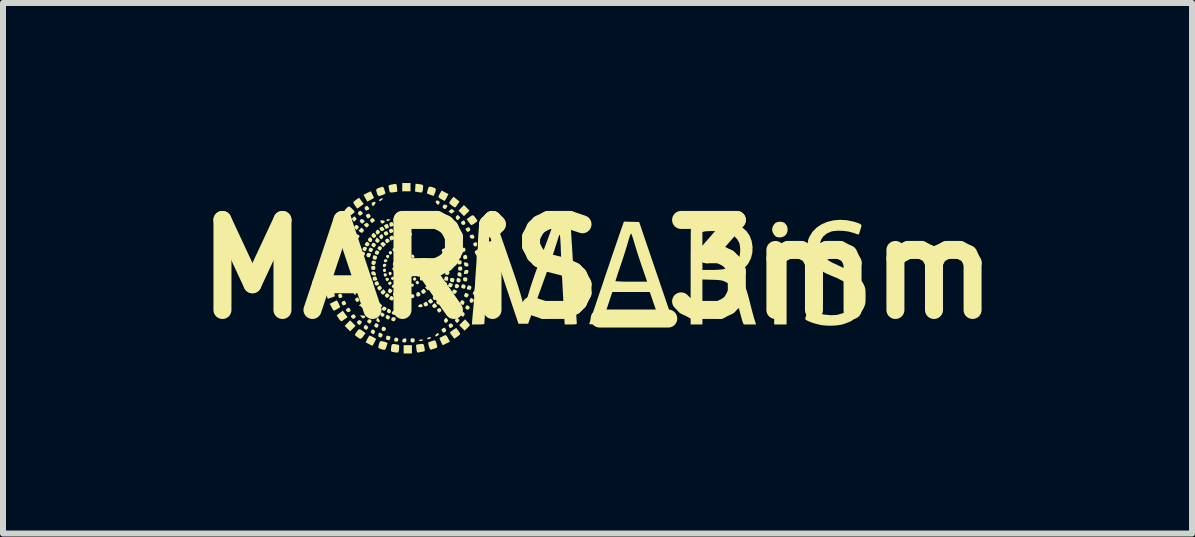
<source format=kicad_pcb>
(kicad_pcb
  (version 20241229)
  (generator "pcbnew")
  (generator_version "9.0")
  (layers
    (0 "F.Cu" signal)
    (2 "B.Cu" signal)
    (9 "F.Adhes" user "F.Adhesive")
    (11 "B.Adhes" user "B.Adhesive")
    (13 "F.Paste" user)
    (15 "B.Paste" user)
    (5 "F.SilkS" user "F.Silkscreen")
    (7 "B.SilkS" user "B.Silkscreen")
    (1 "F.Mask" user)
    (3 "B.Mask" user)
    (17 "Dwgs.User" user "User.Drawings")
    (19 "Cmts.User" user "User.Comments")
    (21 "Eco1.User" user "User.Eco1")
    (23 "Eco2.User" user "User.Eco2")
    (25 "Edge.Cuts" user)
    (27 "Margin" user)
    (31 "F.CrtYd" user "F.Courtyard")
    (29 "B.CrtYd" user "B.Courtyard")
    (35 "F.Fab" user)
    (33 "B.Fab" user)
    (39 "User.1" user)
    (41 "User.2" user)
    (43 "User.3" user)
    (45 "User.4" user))
  (footprint "MARiS_3mm"
    (layer "F.Cu")
    (at 6.907 1.437)
    (property "Reference" "MARiS_3mm" (at 0 0 0) (layer "F.SilkS") (effects (font (size 1.5 1.5) (thickness 0.3))))
    (attr board_only exclude_from_pos_files exclude_from_bom)
    (fp_poly (pts (xy -3.007 -0.161) (xy -3.003 -0.137) (xy -3.009 -0.131) (xy -3.024 -0.144) (xy -3.033 -0.164) (xy -3.027 -0.174) (xy -3.015 -0.177)) (stroke (width 0) (type solid)) (fill yes) (layer "F.SilkS"))
    (fp_poly (pts (xy -4.461 -0.006) (xy -4.461 0.057) (xy -4.525 0.057) (xy -4.588 0.057) (xy -4.588 -0.006) (xy -4.588 -0.069) (xy -4.525 -0.069) (xy -4.461 -0.069)) (stroke (width 0) (type solid)) (fill yes) (layer "F.SilkS"))
    (fp_poly (pts (xy -4.35 -0.68) (xy -4.291 -0.65) (xy -4.322 -0.59) (xy -4.352 -0.531) (xy -4.411 -0.562) (xy -4.471 -0.592) (xy -4.44 -0.651) (xy -4.41 -0.711)) (stroke (width 0) (type solid)) (fill yes) (layer "F.SilkS"))
    (fp_poly (pts (xy -4.077 0.897) (xy -4.031 0.943) (xy -4.077 0.989) (xy -4.123 1.035) (xy -4.168 0.989) (xy -4.213 0.943) (xy -4.168 0.897) (xy -4.123 0.851)) (stroke (width 0) (type solid)) (fill yes) (layer "F.SilkS"))
    (fp_poly (pts (xy -4.071 0.296) (xy -4.07 0.299) (xy -4.079 0.31) (xy -4.082 0.31) (xy -4.093 0.302) (xy -4.093 0.299) (xy -4.085 0.288) (xy -4.082 0.287)) (stroke (width 0) (type solid)) (fill yes) (layer "F.SilkS"))
    (fp_poly (pts (xy -3.349 -0.861) (xy -3.346 -0.85) (xy -3.356 -0.842) (xy -3.37 -0.839) (xy -3.387 -0.842) (xy -3.384 -0.853) (xy -3.381 -0.857) (xy -3.363 -0.867)) (stroke (width 0) (type solid)) (fill yes) (layer "F.SilkS"))
    (fp_poly (pts (xy -3.29 -0.875) (xy -3.282 -0.866) (xy -3.294 -0.858) (xy -3.314 -0.852) (xy -3.322 -0.857) (xy -3.327 -0.868) (xy -3.326 -0.882) (xy -3.31 -0.884)) (stroke (width 0) (type solid)) (fill yes) (layer "F.SilkS"))
    (fp_poly (pts (xy -3.2 -0.814) (xy -3.198 -0.784) (xy -3.2 -0.773) (xy -3.203 -0.77) (xy -3.205 -0.786) (xy -3.205 -0.793) (xy -3.204 -0.814) (xy -3.201 -0.817)) (stroke (width 0) (type solid)) (fill yes) (layer "F.SilkS"))
    (fp_poly (pts (xy -3.116 -1.368) (xy -3.116 -1.299) (xy -3.185 -1.299) (xy -3.254 -1.299) (xy -3.254 -1.368) (xy -3.254 -1.437) (xy -3.185 -1.437) (xy -3.116 -1.437)) (stroke (width 0) (type solid)) (fill yes) (layer "F.SilkS"))
    (fp_poly (pts (xy -3.095 -0.6) (xy -3.093 -0.587) (xy -3.098 -0.565) (xy -3.105 -0.558) (xy -3.113 -0.562) (xy -3.116 -0.58) (xy -3.112 -0.602) (xy -3.105 -0.609)) (stroke (width 0) (type solid)) (fill yes) (layer "F.SilkS"))
    (fp_poly (pts (xy -3.093 1.334) (xy -3.093 1.403) (xy -3.162 1.403) (xy -3.231 1.403) (xy -3.231 1.334) (xy -3.231 1.265) (xy -3.162 1.265) (xy -3.093 1.265)) (stroke (width 0) (type solid)) (fill yes) (layer "F.SilkS"))
    (fp_poly (pts (xy -2.935 -0.067) (xy -2.94 -0.06) (xy -2.944 -0.057) (xy -2.967 -0.047) (xy -2.978 -0.054) (xy -2.978 -0.057) (xy -2.968 -0.066) (xy -2.952 -0.069)) (stroke (width 0) (type solid)) (fill yes) (layer "F.SilkS"))
    (fp_poly (pts (xy -2.179 -1.024) (xy -2.133 -0.977) (xy -2.179 -0.931) (xy -2.226 -0.885) (xy -2.271 -0.931) (xy -2.316 -0.977) (xy -2.271 -1.024) (xy -2.226 -1.07)) (stroke (width 0) (type solid)) (fill yes) (layer "F.SilkS"))
    (fp_poly (pts (xy 3.151 0.305) (xy 3.151 0.92) (xy 3.047 0.92) (xy 2.944 0.92) (xy 2.944 0.305) (xy 2.944 -0.31) (xy 3.047 -0.31) (xy 3.151 -0.31)) (stroke (width 0) (type solid)) (fill yes) (layer "F.SilkS"))
    (fp_poly (pts (xy -4.046 0.372) (xy -4.04 0.381) (xy -4.027 0.409) (xy -4.028 0.422) (xy -4.04 0.425) (xy -4.055 0.416) (xy -4.063 0.4) (xy -4.066 0.374) (xy -4.059 0.363)) (stroke (width 0) (type solid)) (fill yes) (layer "F.SilkS"))
    (fp_poly (pts (xy -3.883 0.774) (xy -3.87 0.785) (xy -3.878 0.803) (xy -3.885 0.809) (xy -3.9 0.82) (xy -3.913 0.817) (xy -3.932 0.799) (xy -3.959 0.77) (xy -3.918 0.77)) (stroke (width 0) (type solid)) (fill yes) (layer "F.SilkS"))
    (fp_poly (pts (xy -3.568 -0.455) (xy -3.55 -0.439) (xy -3.525 -0.414) (xy -3.548 -0.391) (xy -3.571 -0.367) (xy -3.597 -0.394) (xy -3.622 -0.422) (xy -3.599 -0.443) (xy -3.581 -0.457)) (stroke (width 0) (type solid)) (fill yes) (layer "F.SilkS"))
    (fp_poly (pts (xy -3.532 -0.004) (xy -3.525 0.007) (xy -3.524 0.032) (xy -3.541 0.045) (xy -3.554 0.046) (xy -3.571 0.039) (xy -3.576 0.017) (xy -3.568 -0.005) (xy -3.55 -0.012)) (stroke (width 0) (type solid)) (fill yes) (layer "F.SilkS"))
    (fp_poly (pts (xy -3.29 -0.002) (xy -3.281 0.018) (xy -3.283 0.036) (xy -3.3 0.046) (xy -3.321 0.041) (xy -3.33 0.029) (xy -3.331 0.005) (xy -3.315 -0.01) (xy -3.306 -0.011)) (stroke (width 0) (type solid)) (fill yes) (layer "F.SilkS"))
    (fp_poly (pts (xy -3.078 0.085) (xy -3.076 0.099) (xy -3.084 0.118) (xy -3.102 0.124) (xy -3.119 0.116) (xy -3.124 0.109) (xy -3.122 0.087) (xy -3.115 0.08) (xy -3.091 0.073)) (stroke (width 0) (type solid)) (fill yes) (layer "F.SilkS"))
    (fp_poly (pts (xy -3.068 0.244) (xy -3.061 0.26) (xy -3.066 0.282) (xy -3.082 0.292) (xy -3.1 0.289) (xy -3.111 0.274) (xy -3.115 0.253) (xy -3.106 0.244) (xy -3.087 0.24)) (stroke (width 0) (type solid)) (fill yes) (layer "F.SilkS"))
    (fp_poly (pts (xy -3.027 0.01) (xy -3.017 0.026) (xy -3.023 0.045) (xy -3.038 0.059) (xy -3.051 0.06) (xy -3.067 0.047) (xy -3.068 0.032) (xy -3.057 0.008) (xy -3.038 0.004)) (stroke (width 0) (type solid)) (fill yes) (layer "F.SilkS"))
    (fp_poly (pts (xy -2.878 0.055) (xy -2.868 0.075) (xy -2.87 0.084) (xy -2.885 0.101) (xy -2.904 0.101) (xy -2.916 0.087) (xy -2.917 0.065) (xy -2.907 0.049) (xy -2.9 0.046)) (stroke (width 0) (type solid)) (fill yes) (layer "F.SilkS"))
    (fp_poly (pts (xy -3.909 -0.672) (xy -3.893 -0.654) (xy -3.894 -0.64) (xy -3.907 -0.624) (xy -3.922 -0.608) (xy -3.936 -0.608) (xy -3.956 -0.621) (xy -3.984 -0.643) (xy -3.958 -0.669) (xy -3.932 -0.695)) (stroke (width 0) (type solid)) (fill yes) (layer "F.SilkS"))
    (fp_poly (pts (xy -3.731 0.621) (xy -3.717 0.639) (xy -3.719 0.652) (xy -3.733 0.668) (xy -3.756 0.691) (xy -3.777 0.667) (xy -3.792 0.649) (xy -3.79 0.636) (xy -3.776 0.62) (xy -3.753 0.597)) (stroke (width 0) (type solid)) (fill yes) (layer "F.SilkS"))
    (fp_poly (pts (xy -3.701 -1.118) (xy -3.7 -1.1) (xy -3.718 -1.074) (xy -3.719 -1.072) (xy -3.745 -1.047) (xy -3.758 -1.075) (xy -3.765 -1.098) (xy -3.756 -1.111) (xy -3.749 -1.115) (xy -3.718 -1.125)) (stroke (width 0) (type solid)) (fill yes) (layer "F.SilkS"))
    (fp_poly (pts (xy -3.674 0.529) (xy -3.659 0.547) (xy -3.661 0.56) (xy -3.675 0.576) (xy -3.698 0.599) (xy -3.72 0.575) (xy -3.734 0.557) (xy -3.732 0.544) (xy -3.718 0.528) (xy -3.695 0.505)) (stroke (width 0) (type solid)) (fill yes) (layer "F.SilkS"))
    (fp_poly (pts (xy -3.644 0.829) (xy -3.629 0.857) (xy -3.63 0.877) (xy -3.645 0.883) (xy -3.671 0.872) (xy -3.673 0.87) (xy -3.687 0.856) (xy -3.684 0.838) (xy -3.68 0.828) (xy -3.665 0.801)) (stroke (width 0) (type solid)) (fill yes) (layer "F.SilkS"))
    (fp_poly (pts (xy -3.576 -1.176) (xy -3.585 -1.163) (xy -3.604 -1.147) (xy -3.624 -1.135) (xy -3.634 -1.137) (xy -3.638 -1.145) (xy -3.634 -1.162) (xy -3.615 -1.173) (xy -3.589 -1.182) (xy -3.578 -1.183)) (stroke (width 0) (type solid)) (fill yes) (layer "F.SilkS"))
    (fp_poly (pts (xy -3.522 0.069) (xy -3.51 0.086) (xy -3.511 0.106) (xy -3.52 0.116) (xy -3.541 0.126) (xy -3.554 0.117) (xy -3.558 0.108) (xy -3.564 0.083) (xy -3.555 0.07) (xy -3.542 0.066)) (stroke (width 0) (type solid)) (fill yes) (layer "F.SilkS"))
    (fp_poly (pts (xy -3.483 -0.236) (xy -3.476 -0.233) (xy -3.469 -0.22) (xy -3.476 -0.199) (xy -3.489 -0.182) (xy -3.503 -0.184) (xy -3.51 -0.189) (xy -3.525 -0.209) (xy -3.522 -0.228) (xy -3.506 -0.239)) (stroke (width 0) (type solid)) (fill yes) (layer "F.SilkS"))
    (fp_poly (pts (xy -3.471 -0.833) (xy -3.455 -0.825) (xy -3.46 -0.817) (xy -3.462 -0.815) (xy -3.485 -0.807) (xy -3.507 -0.806) (xy -3.518 -0.814) (xy -3.519 -0.816) (xy -3.509 -0.832) (xy -3.486 -0.836)) (stroke (width 0) (type solid)) (fill yes) (layer "F.SilkS"))
    (fp_poly (pts (xy -3.456 0.671) (xy -3.441 0.692) (xy -3.443 0.711) (xy -3.458 0.732) (xy -3.48 0.732) (xy -3.498 0.722) (xy -3.51 0.703) (xy -3.506 0.681) (xy -3.494 0.66) (xy -3.477 0.658)) (stroke (width 0) (type solid)) (fill yes) (layer "F.SilkS"))
    (fp_poly (pts (xy -3.441 0.046) (xy -3.43 0.063) (xy -3.431 0.083) (xy -3.44 0.093) (xy -3.461 0.103) (xy -3.473 0.094) (xy -3.477 0.085) (xy -3.483 0.06) (xy -3.475 0.047) (xy -3.461 0.043)) (stroke (width 0) (type solid)) (fill yes) (layer "F.SilkS"))
    (fp_poly (pts (xy -3.437 -0.298) (xy -3.422 -0.285) (xy -3.426 -0.265) (xy -3.427 -0.264) (xy -3.443 -0.244) (xy -3.46 -0.247) (xy -3.473 -0.259) (xy -3.48 -0.28) (xy -3.471 -0.297) (xy -3.451 -0.303)) (stroke (width 0) (type solid)) (fill yes) (layer "F.SilkS"))
    (fp_poly (pts (xy -3.395 0.133) (xy -3.393 0.136) (xy -3.388 0.16) (xy -3.395 0.171) (xy -3.415 0.183) (xy -3.43 0.174) (xy -3.437 0.163) (xy -3.441 0.143) (xy -3.426 0.129) (xy -3.407 0.122)) (stroke (width 0) (type solid)) (fill yes) (layer "F.SilkS"))
    (fp_poly (pts (xy -3.333 0.196) (xy -3.319 0.208) (xy -3.323 0.225) (xy -3.326 0.23) (xy -3.342 0.25) (xy -3.356 0.249) (xy -3.369 0.236) (xy -3.377 0.214) (xy -3.367 0.197) (xy -3.347 0.192)) (stroke (width 0) (type solid)) (fill yes) (layer "F.SilkS"))
    (fp_poly (pts (xy -3.32 0.709) (xy -3.317 0.728) (xy -3.321 0.754) (xy -3.329 0.773) (xy -3.337 0.775) (xy -3.338 0.775) (xy -3.34 0.756) (xy -3.336 0.73) (xy -3.328 0.71) (xy -3.32 0.708)) (stroke (width 0) (type solid)) (fill yes) (layer "F.SilkS"))
    (fp_poly (pts (xy -3.31 0.307) (xy -3.304 0.327) (xy -3.307 0.338) (xy -3.322 0.354) (xy -3.348 0.351) (xy -3.353 0.349) (xy -3.363 0.336) (xy -3.358 0.317) (xy -3.345 0.302) (xy -3.334 0.299)) (stroke (width 0) (type solid)) (fill yes) (layer "F.SilkS"))
    (fp_poly (pts (xy -3.25 0.237) (xy -3.238 0.256) (xy -3.239 0.265) (xy -3.253 0.282) (xy -3.274 0.288) (xy -3.293 0.279) (xy -3.294 0.277) (xy -3.296 0.259) (xy -3.288 0.239) (xy -3.277 0.23)) (stroke (width 0) (type solid)) (fill yes) (layer "F.SilkS"))
    (fp_poly (pts (xy -3.247 -0.248) (xy -3.232 -0.232) (xy -3.227 -0.214) (xy -3.241 -0.201) (xy -3.248 -0.198) (xy -3.268 -0.191) (xy -3.278 -0.201) (xy -3.281 -0.21) (xy -3.28 -0.236) (xy -3.267 -0.25)) (stroke (width 0) (type solid)) (fill yes) (layer "F.SilkS"))
    (fp_poly (pts (xy -3.239 0.337) (xy -3.233 0.354) (xy -3.235 0.373) (xy -3.251 0.379) (xy -3.26 0.379) (xy -3.282 0.376) (xy -3.287 0.361) (xy -3.286 0.354) (xy -3.275 0.332) (xy -3.26 0.328)) (stroke (width 0) (type solid)) (fill yes) (layer "F.SilkS"))
    (fp_poly (pts (xy -3.235 -0.16) (xy -3.221 -0.138) (xy -3.226 -0.118) (xy -3.238 -0.11) (xy -3.259 -0.104) (xy -3.268 -0.11) (xy -3.273 -0.121) (xy -3.273 -0.143) (xy -3.261 -0.16) (xy -3.244 -0.164)) (stroke (width 0) (type solid)) (fill yes) (layer "F.SilkS"))
    (fp_poly (pts (xy -3.226 -0.406) (xy -3.219 -0.388) (xy -3.227 -0.37) (xy -3.238 -0.363) (xy -3.257 -0.357) (xy -3.265 -0.363) (xy -3.27 -0.375) (xy -3.276 -0.4) (xy -3.267 -0.412) (xy -3.248 -0.414)) (stroke (width 0) (type solid)) (fill yes) (layer "F.SilkS"))
    (fp_poly (pts (xy -3.17 -0.715) (xy -3.15 -0.69) (xy -3.126 -0.655) (xy -3.161 -0.655) (xy -3.185 -0.658) (xy -3.195 -0.668) (xy -3.197 -0.695) (xy -3.197 -0.696) (xy -3.194 -0.722) (xy -3.186 -0.729)) (stroke (width 0) (type solid)) (fill yes) (layer "F.SilkS"))
    (fp_poly (pts (xy -3.017 -0.072) (xy -3.013 -0.054) (xy -3.021 -0.036) (xy -3.031 -0.03) (xy -3.05 -0.024) (xy -3.058 -0.03) (xy -3.063 -0.041) (xy -3.065 -0.066) (xy -3.047 -0.079) (xy -3.035 -0.08)) (stroke (width 0) (type solid)) (fill yes) (layer "F.SilkS"))
    (fp_poly (pts (xy -2.981 0.067) (xy -2.975 0.072) (xy -2.96 0.093) (xy -2.961 0.107) (xy -2.972 0.124) (xy -2.988 0.122) (xy -3 0.116) (xy -3.011 0.1) (xy -3.006 0.081) (xy -2.995 0.064)) (stroke (width 0) (type solid)) (fill yes) (layer "F.SilkS"))
    (fp_poly (pts (xy -2.917 1.17) (xy -2.909 1.181) (xy -2.919 1.192) (xy -2.944 1.196) (xy -2.968 1.193) (xy -2.978 1.186) (xy -2.978 1.186) (xy -2.968 1.177) (xy -2.944 1.17) (xy -2.944 1.17)) (stroke (width 0) (type solid)) (fill yes) (layer "F.SilkS"))
    (fp_poly (pts (xy -2.82 0.269) (xy -2.806 0.282) (xy -2.791 0.3) (xy -2.792 0.313) (xy -2.805 0.33) (xy -2.826 0.355) (xy -2.85 0.329) (xy -2.875 0.303) (xy -2.851 0.282) (xy -2.833 0.267)) (stroke (width 0) (type solid)) (fill yes) (layer "F.SilkS"))
    (fp_poly (pts (xy -2.644 1.081) (xy -2.654 1.1) (xy -2.673 1.113) (xy -2.695 1.12) (xy -2.705 1.113) (xy -2.705 1.112) (xy -2.701 1.096) (xy -2.685 1.079) (xy -2.666 1.066) (xy -2.653 1.065)) (stroke (width 0) (type solid)) (fill yes) (layer "F.SilkS"))
    (fp_poly (pts (xy -2.407 -0.989) (xy -2.381 -0.969) (xy -2.407 -0.945) (xy -2.426 -0.93) (xy -2.44 -0.93) (xy -2.457 -0.942) (xy -2.483 -0.963) (xy -2.457 -0.987) (xy -2.438 -1.002) (xy -2.424 -1.002)) (stroke (width 0) (type solid)) (fill yes) (layer "F.SilkS"))
    (fp_poly (pts (xy -2.317 0.828) (xy -2.303 0.846) (xy -2.304 0.859) (xy -2.318 0.875) (xy -2.341 0.898) (xy -2.363 0.874) (xy -2.377 0.856) (xy -2.376 0.843) (xy -2.361 0.827) (xy -2.338 0.804)) (stroke (width 0) (type solid)) (fill yes) (layer "F.SilkS"))
    (fp_poly (pts (xy -4.133 -0.499) (xy -4.122 -0.482) (xy -4.127 -0.461) (xy -4.149 -0.441) (xy -4.182 -0.44) (xy -4.193 -0.444) (xy -4.2 -0.457) (xy -4.195 -0.477) (xy -4.182 -0.496) (xy -4.165 -0.506) (xy -4.163 -0.506)) (stroke (width 0) (type solid)) (fill yes) (layer "F.SilkS"))
    (fp_poly (pts (xy -4.045 -0.878) (xy -4.03 -0.862) (xy -4.016 -0.844) (xy -4.017 -0.831) (xy -4.032 -0.816) (xy -4.055 -0.793) (xy -4.076 -0.816) (xy -4.091 -0.835) (xy -4.089 -0.848) (xy -4.075 -0.863) (xy -4.057 -0.879)) (stroke (width 0) (type solid)) (fill yes) (layer "F.SilkS"))
    (fp_poly (pts (xy -4.014 -0.202) (xy -4.006 -0.184) (xy -4.009 -0.163) (xy -4.023 -0.145) (xy -4.046 -0.137) (xy -4.068 -0.141) (xy -4.075 -0.147) (xy -4.078 -0.171) (xy -4.066 -0.194) (xy -4.045 -0.207) (xy -4.041 -0.207)) (stroke (width 0) (type solid)) (fill yes) (layer "F.SilkS"))
    (fp_poly (pts (xy -3.901 -0.291) (xy -3.879 -0.279) (xy -3.876 -0.256) (xy -3.882 -0.237) (xy -3.891 -0.223) (xy -3.909 -0.221) (xy -3.936 -0.226) (xy -3.95 -0.237) (xy -3.949 -0.257) (xy -3.937 -0.285) (xy -3.921 -0.294)) (stroke (width 0) (type solid)) (fill yes) (layer "F.SilkS"))
    (fp_poly (pts (xy -3.799 0.386) (xy -3.782 0.404) (xy -3.775 0.425) (xy -3.784 0.44) (xy -3.789 0.445) (xy -3.812 0.458) (xy -3.829 0.455) (xy -3.841 0.442) (xy -3.85 0.42) (xy -3.844 0.404) (xy -3.823 0.385)) (stroke (width 0) (type solid)) (fill yes) (layer "F.SilkS"))
    (fp_poly (pts (xy -3.709 0.044) (xy -3.694 0.071) (xy -3.691 0.095) (xy -3.7 0.103) (xy -3.721 0.104) (xy -3.745 0.099) (xy -3.762 0.089) (xy -3.765 0.085) (xy -3.771 0.055) (xy -3.762 0.039) (xy -3.738 0.034)) (stroke (width 0) (type solid)) (fill yes) (layer "F.SilkS"))
    (fp_poly (pts (xy -3.706 -0.585) (xy -3.689 -0.566) (xy -3.687 -0.553) (xy -3.699 -0.538) (xy -3.718 -0.521) (xy -3.734 -0.522) (xy -3.754 -0.54) (xy -3.768 -0.558) (xy -3.766 -0.572) (xy -3.754 -0.587) (xy -3.733 -0.61)) (stroke (width 0) (type solid)) (fill yes) (layer "F.SilkS"))
    (fp_poly (pts (xy -3.649 -0.504) (xy -3.632 -0.486) (xy -3.63 -0.473) (xy -3.641 -0.458) (xy -3.66 -0.44) (xy -3.676 -0.441) (xy -3.693 -0.456) (xy -3.706 -0.472) (xy -3.703 -0.487) (xy -3.694 -0.502) (xy -3.676 -0.53)) (stroke (width 0) (type solid)) (fill yes) (layer "F.SilkS"))
    (fp_poly (pts (xy -3.607 0.584) (xy -3.591 0.603) (xy -3.59 0.615) (xy -3.605 0.631) (xy -3.605 0.632) (xy -3.623 0.647) (xy -3.638 0.646) (xy -3.653 0.635) (xy -3.678 0.615) (xy -3.655 0.587) (xy -3.632 0.559)) (stroke (width 0) (type solid)) (fill yes) (layer "F.SilkS"))
    (fp_poly (pts (xy -3.588 0.721) (xy -3.57 0.731) (xy -3.551 0.748) (xy -3.55 0.765) (xy -3.554 0.772) (xy -3.573 0.791) (xy -3.597 0.789) (xy -3.61 0.777) (xy -3.618 0.756) (xy -3.611 0.737) (xy -3.6 0.721)) (stroke (width 0) (type solid)) (fill yes) (layer "F.SilkS"))
    (fp_poly (pts (xy -3.558 -0.811) (xy -3.545 -0.798) (xy -3.552 -0.781) (xy -3.559 -0.774) (xy -3.583 -0.761) (xy -3.599 -0.765) (xy -3.61 -0.781) (xy -3.62 -0.804) (xy -3.615 -0.814) (xy -3.59 -0.816) (xy -3.588 -0.816)) (stroke (width 0) (type solid)) (fill yes) (layer "F.SilkS"))
    (fp_poly (pts (xy -3.547 0.356) (xy -3.533 0.374) (xy -3.535 0.388) (xy -3.547 0.402) (xy -3.568 0.421) (xy -3.584 0.422) (xy -3.603 0.404) (xy -3.615 0.388) (xy -3.612 0.375) (xy -3.595 0.358) (xy -3.568 0.333)) (stroke (width 0) (type solid)) (fill yes) (layer "F.SilkS"))
    (fp_poly (pts (xy -3.525 -0.088) (xy -3.52 -0.073) (xy -3.521 -0.066) (xy -3.534 -0.043) (xy -3.55 -0.037) (xy -3.569 -0.038) (xy -3.576 -0.055) (xy -3.576 -0.062) (xy -3.572 -0.085) (xy -3.554 -0.092) (xy -3.546 -0.092)) (stroke (width 0) (type solid)) (fill yes) (layer "F.SilkS"))
    (fp_poly (pts (xy -3.492 0.143) (xy -3.483 0.151) (xy -3.474 0.17) (xy -3.481 0.183) (xy -3.494 0.192) (xy -3.511 0.199) (xy -3.523 0.188) (xy -3.528 0.178) (xy -3.534 0.157) (xy -3.525 0.146) (xy -3.517 0.143)) (stroke (width 0) (type solid)) (fill yes) (layer "F.SilkS"))
    (fp_poly (pts (xy -3.443 0.209) (xy -3.439 0.213) (xy -3.429 0.229) (xy -3.438 0.247) (xy -3.457 0.263) (xy -3.474 0.258) (xy -3.484 0.247) (xy -3.492 0.231) (xy -3.481 0.216) (xy -3.477 0.213) (xy -3.458 0.203)) (stroke (width 0) (type solid)) (fill yes) (layer "F.SilkS"))
    (fp_poly (pts (xy -3.388 0.8) (xy -3.366 0.809) (xy -3.362 0.825) (xy -3.364 0.832) (xy -3.376 0.858) (xy -3.393 0.867) (xy -3.412 0.865) (xy -3.433 0.853) (xy -3.437 0.829) (xy -3.428 0.807) (xy -3.409 0.797)) (stroke (width 0) (type solid)) (fill yes) (layer "F.SilkS"))
    (fp_poly (pts (xy -3.374 -0.03) (xy -3.369 -0.011) (xy -3.369 -0.007) (xy -3.377 0.016) (xy -3.393 0.024) (xy -3.411 0.015) (xy -3.418 0) (xy -3.419 -0.018) (xy -3.415 -0.023) (xy -3.397 -0.027) (xy -3.387 -0.03)) (stroke (width 0) (type solid)) (fill yes) (layer "F.SilkS"))
    (fp_poly (pts (xy -3.369 0.376) (xy -3.343 0.389) (xy -3.337 0.411) (xy -3.34 0.426) (xy -3.356 0.445) (xy -3.382 0.447) (xy -3.401 0.439) (xy -3.41 0.424) (xy -3.405 0.4) (xy -3.391 0.378) (xy -3.372 0.375)) (stroke (width 0) (type solid)) (fill yes) (layer "F.SilkS"))
    (fp_poly (pts (xy -3.332 1.145) (xy -3.32 1.164) (xy -3.32 1.179) (xy -3.332 1.202) (xy -3.352 1.207) (xy -3.376 1.203) (xy -3.386 1.196) (xy -3.389 1.175) (xy -3.382 1.152) (xy -3.367 1.139) (xy -3.363 1.138)) (stroke (width 0) (type solid)) (fill yes) (layer "F.SilkS"))
    (fp_poly (pts (xy -3.318 -0.197) (xy -3.312 -0.19) (xy -3.303 -0.172) (xy -3.312 -0.155) (xy -3.331 -0.139) (xy -3.348 -0.145) (xy -3.356 -0.153) (xy -3.362 -0.17) (xy -3.348 -0.188) (xy -3.348 -0.188) (xy -3.33 -0.201)) (stroke (width 0) (type solid)) (fill yes) (layer "F.SilkS"))
    (fp_poly (pts (xy -3.302 -0.382) (xy -3.301 -0.38) (xy -3.29 -0.358) (xy -3.294 -0.348) (xy -3.312 -0.342) (xy -3.336 -0.345) (xy -3.346 -0.357) (xy -3.351 -0.376) (xy -3.336 -0.39) (xy -3.335 -0.391) (xy -3.315 -0.396)) (stroke (width 0) (type solid)) (fill yes) (layer "F.SilkS"))
    (fp_poly (pts (xy -3.3 -0.095) (xy -3.281 -0.082) (xy -3.277 -0.068) (xy -3.283 -0.046) (xy -3.302 -0.041) (xy -3.315 -0.043) (xy -3.33 -0.054) (xy -3.33 -0.065) (xy -3.324 -0.086) (xy -3.323 -0.092) (xy -3.314 -0.097)) (stroke (width 0) (type solid)) (fill yes) (layer "F.SilkS"))
    (fp_poly (pts (xy -3.256 0.063) (xy -3.246 0.072) (xy -3.233 0.089) (xy -3.237 0.103) (xy -3.243 0.109) (xy -3.261 0.119) (xy -3.279 0.111) (xy -3.291 0.098) (xy -3.286 0.082) (xy -3.281 0.075) (xy -3.268 0.06)) (stroke (width 0) (type solid)) (fill yes) (layer "F.SilkS"))
    (fp_poly (pts (xy -3.237 -0.818) (xy -3.229 -0.793) (xy -3.229 -0.767) (xy -3.238 -0.759) (xy -3.261 -0.755) (xy -3.27 -0.752) (xy -3.286 -0.755) (xy -3.295 -0.776) (xy -3.296 -0.806) (xy -3.287 -0.817) (xy -3.258 -0.828)) (stroke (width 0) (type solid)) (fill yes) (layer "F.SilkS"))
    (fp_poly (pts (xy -3.111 0.18) (xy -3.104 0.198) (xy -3.112 0.216) (xy -3.123 0.223) (xy -3.141 0.229) (xy -3.15 0.227) (xy -3.154 0.222) (xy -3.161 0.205) (xy -3.162 0.194) (xy -3.154 0.177) (xy -3.133 0.172)) (stroke (width 0) (type solid)) (fill yes) (layer "F.SilkS"))
    (fp_poly (pts (xy -3.077 -0.246) (xy -3.06 -0.232) (xy -3.052 -0.212) (xy -3.053 -0.204) (xy -3.063 -0.188) (xy -3.079 -0.187) (xy -3.09 -0.192) (xy -3.102 -0.207) (xy -3.104 -0.229) (xy -3.095 -0.246) (xy -3.095 -0.246)) (stroke (width 0) (type solid)) (fill yes) (layer "F.SilkS"))
    (fp_poly (pts (xy -3.033 0.139) (xy -3.027 0.145) (xy -3.019 0.167) (xy -3.026 0.18) (xy -3.044 0.194) (xy -3.061 0.187) (xy -3.071 0.177) (xy -3.08 0.161) (xy -3.07 0.147) (xy -3.064 0.142) (xy -3.045 0.132)) (stroke (width 0) (type solid)) (fill yes) (layer "F.SilkS"))
    (fp_poly (pts (xy -2.987 0.199) (xy -2.983 0.204) (xy -2.975 0.227) (xy -2.98 0.239) (xy -2.998 0.252) (xy -3.016 0.244) (xy -3.025 0.234) (xy -3.034 0.218) (xy -3.024 0.204) (xy -3.019 0.2) (xy -3.001 0.191)) (stroke (width 0) (type solid)) (fill yes) (layer "F.SilkS"))
    (fp_poly (pts (xy -2.965 0.39) (xy -2.956 0.405) (xy -2.951 0.429) (xy -2.961 0.444) (xy -2.986 0.454) (xy -3.006 0.455) (xy -3.017 0.44) (xy -3.02 0.431) (xy -3.019 0.402) (xy -3.005 0.384) (xy -2.985 0.379)) (stroke (width 0) (type solid)) (fill yes) (layer "F.SilkS"))
    (fp_poly (pts (xy -2.96 -0.018) (xy -2.939 -0.012) (xy -2.932 -0.011) (xy -2.927 -0.002) (xy -2.929 0.011) (xy -2.942 0.032) (xy -2.96 0.034) (xy -2.975 0.021) (xy -2.978 0.005) (xy -2.975 -0.017) (xy -2.962 -0.019)) (stroke (width 0) (type solid)) (fill yes) (layer "F.SilkS"))
    (fp_poly (pts (xy -2.773 1.139) (xy -2.773 1.14) (xy -2.787 1.155) (xy -2.809 1.164) (xy -2.829 1.165) (xy -2.835 1.16) (xy -2.839 1.149) (xy -2.832 1.142) (xy -2.808 1.135) (xy -2.802 1.134) (xy -2.778 1.131)) (stroke (width 0) (type solid)) (fill yes) (layer "F.SilkS"))
    (fp_poly (pts (xy -2.687 -0.171) (xy -2.685 -0.147) (xy -2.688 -0.137) (xy -2.705 -0.127) (xy -2.727 -0.12) (xy -2.744 -0.119) (xy -2.748 -0.123) (xy -2.741 -0.137) (xy -2.724 -0.16) (xy -2.721 -0.165) (xy -2.694 -0.198)) (stroke (width 0) (type solid)) (fill yes) (layer "F.SilkS"))
    (fp_poly (pts (xy -2.658 -1.145) (xy -2.642 -1.135) (xy -2.629 -1.121) (xy -2.633 -1.103) (xy -2.637 -1.095) (xy -2.649 -1.077) (xy -2.66 -1.076) (xy -2.678 -1.089) (xy -2.696 -1.113) (xy -2.696 -1.134) (xy -2.682 -1.146)) (stroke (width 0) (type solid)) (fill yes) (layer "F.SilkS"))
    (fp_poly (pts (xy -2.616 0.655) (xy -2.602 0.674) (xy -2.605 0.697) (xy -2.616 0.709) (xy -2.638 0.722) (xy -2.652 0.719) (xy -2.666 0.7) (xy -2.675 0.679) (xy -2.668 0.663) (xy -2.664 0.658) (xy -2.64 0.647)) (stroke (width 0) (type solid)) (fill yes) (layer "F.SilkS"))
    (fp_poly (pts (xy -2.536 0.212) (xy -2.514 0.221) (xy -2.511 0.236) (xy -2.513 0.245) (xy -2.524 0.272) (xy -2.54 0.28) (xy -2.561 0.275) (xy -2.583 0.259) (xy -2.587 0.238) (xy -2.576 0.219) (xy -2.554 0.21)) (stroke (width 0) (type solid)) (fill yes) (layer "F.SilkS"))
    (fp_poly (pts (xy -2.47 0.517) (xy -2.443 0.539) (xy -2.467 0.563) (xy -2.485 0.579) (xy -2.499 0.579) (xy -2.516 0.567) (xy -2.532 0.551) (xy -2.532 0.538) (xy -2.519 0.52) (xy -2.503 0.503) (xy -2.49 0.502)) (stroke (width 0) (type solid)) (fill yes) (layer "F.SilkS"))
    (fp_poly (pts (xy -2.18 -0.231) (xy -2.171 -0.207) (xy -2.171 -0.18) (xy -2.18 -0.172) (xy -2.203 -0.169) (xy -2.212 -0.166) (xy -2.228 -0.168) (xy -2.238 -0.19) (xy -2.238 -0.219) (xy -2.229 -0.231) (xy -2.2 -0.242)) (stroke (width 0) (type solid)) (fill yes) (layer "F.SilkS"))
    (fp_poly (pts (xy -2.014 -0.444) (xy -2.008 -0.429) (xy -2.007 -0.402) (xy -2.02 -0.384) (xy -2.04 -0.379) (xy -2.06 -0.39) (xy -2.069 -0.405) (xy -2.072 -0.426) (xy -2.06 -0.439) (xy -2.048 -0.445) (xy -2.026 -0.452)) (stroke (width 0) (type solid)) (fill yes) (layer "F.SilkS"))
    (fp_poly (pts (xy -4.326 0.285) (xy -4.314 0.305) (xy -4.304 0.327) (xy -4.3 0.338) (xy -4.31 0.343) (xy -4.328 0.348) (xy -4.351 0.347) (xy -4.362 0.33) (xy -4.364 0.324) (xy -4.362 0.296) (xy -4.345 0.279) (xy -4.334 0.276)) (stroke (width 0) (type solid)) (fill yes) (layer "F.SilkS"))
    (fp_poly (pts (xy -4.215 -0.657) (xy -4.199 -0.645) (xy -4.18 -0.629) (xy -4.18 -0.613) (xy -4.187 -0.6) (xy -4.201 -0.58) (xy -4.215 -0.578) (xy -4.234 -0.587) (xy -4.252 -0.607) (xy -4.249 -0.634) (xy -4.24 -0.647) (xy -4.228 -0.659)) (stroke (width 0) (type solid)) (fill yes) (layer "F.SilkS"))
    (fp_poly (pts (xy -4.137 -0.773) (xy -4.12 -0.76) (xy -4.103 -0.743) (xy -4.103 -0.728) (xy -4.112 -0.714) (xy -4.131 -0.694) (xy -4.147 -0.694) (xy -4.167 -0.711) (xy -4.179 -0.728) (xy -4.177 -0.743) (xy -4.166 -0.757) (xy -4.15 -0.773)) (stroke (width 0) (type solid)) (fill yes) (layer "F.SilkS"))
    (fp_poly (pts (xy -4.053 0.753) (xy -4.037 0.772) (xy -4.028 0.793) (xy -4.035 0.807) (xy -4.043 0.813) (xy -4.065 0.826) (xy -4.081 0.823) (xy -4.097 0.807) (xy -4.11 0.789) (xy -4.106 0.776) (xy -4.095 0.767) (xy -4.071 0.75)) (stroke (width 0) (type solid)) (fill yes) (layer "F.SilkS"))
    (fp_poly (pts (xy -4.021 -0.102) (xy -4.014 -0.092) (xy -4.018 -0.067) (xy -4.02 -0.06) (xy -4.033 -0.039) (xy -4.052 -0.035) (xy -4.063 -0.042) (xy -4.069 -0.059) (xy -4.07 -0.077) (xy -4.065 -0.097) (xy -4.045 -0.103) (xy -4.042 -0.103)) (stroke (width 0) (type solid)) (fill yes) (layer "F.SilkS"))
    (fp_poly (pts (xy -3.922 -0.032) (xy -3.911 -0.021) (xy -3.909 0) (xy -3.912 0.024) (xy -3.926 0.033) (xy -3.943 0.034) (xy -3.967 0.031) (xy -3.978 0.015) (xy -3.981 0) (xy -3.982 -0.023) (xy -3.973 -0.033) (xy -3.948 -0.034)) (stroke (width 0) (type solid)) (fill yes) (layer "F.SilkS"))
    (fp_poly (pts (xy -3.908 0.588) (xy -3.895 0.613) (xy -3.9 0.629) (xy -3.919 0.643) (xy -3.933 0.634) (xy -3.937 0.627) (xy -3.952 0.612) (xy -3.964 0.609) (xy -3.975 0.607) (xy -3.97 0.597) (xy -3.956 0.585) (xy -3.928 0.562)) (stroke (width 0) (type solid)) (fill yes) (layer "F.SilkS"))
    (fp_poly (pts (xy -3.907 -0.205) (xy -3.899 -0.193) (xy -3.9 -0.175) (xy -3.908 -0.151) (xy -3.93 -0.141) (xy -3.935 -0.14) (xy -3.957 -0.14) (xy -3.966 -0.152) (xy -3.967 -0.172) (xy -3.964 -0.196) (xy -3.951 -0.206) (xy -3.932 -0.207)) (stroke (width 0) (type solid)) (fill yes) (layer "F.SilkS"))
    (fp_poly (pts (xy -3.877 0.46) (xy -3.862 0.476) (xy -3.849 0.499) (xy -3.854 0.515) (xy -3.874 0.528) (xy -3.895 0.532) (xy -3.915 0.517) (xy -3.916 0.516) (xy -3.93 0.499) (xy -3.928 0.487) (xy -3.91 0.472) (xy -3.89 0.458)) (stroke (width 0) (type solid)) (fill yes) (layer "F.SilkS"))
    (fp_poly (pts (xy -3.871 -0.373) (xy -3.847 -0.364) (xy -3.841 -0.352) (xy -3.849 -0.329) (xy -3.85 -0.328) (xy -3.864 -0.304) (xy -3.881 -0.301) (xy -3.903 -0.314) (xy -3.917 -0.33) (xy -3.914 -0.348) (xy -3.91 -0.355) (xy -3.894 -0.373)) (stroke (width 0) (type solid)) (fill yes) (layer "F.SilkS"))
    (fp_poly (pts (xy -3.857 0.931) (xy -3.842 0.942) (xy -3.824 0.959) (xy -3.823 0.974) (xy -3.83 0.987) (xy -3.845 1.007) (xy -3.858 1.009) (xy -3.878 0.999) (xy -3.896 0.98) (xy -3.892 0.955) (xy -3.883 0.941) (xy -3.871 0.929)) (stroke (width 0) (type solid)) (fill yes) (layer "F.SilkS"))
    (fp_poly (pts (xy -3.836 -0.771) (xy -3.822 -0.758) (xy -3.809 -0.74) (xy -3.811 -0.727) (xy -3.825 -0.712) (xy -3.841 -0.697) (xy -3.853 -0.698) (xy -3.871 -0.714) (xy -3.872 -0.715) (xy -3.896 -0.742) (xy -3.87 -0.761) (xy -3.849 -0.774)) (stroke (width 0) (type solid)) (fill yes) (layer "F.SilkS"))
    (fp_poly (pts (xy -3.824 0.678) (xy -3.809 0.697) (xy -3.812 0.712) (xy -3.815 0.715) (xy -3.827 0.723) (xy -3.829 0.715) (xy -3.839 0.705) (xy -3.86 0.701) (xy -3.88 0.7) (xy -3.882 0.693) (xy -3.869 0.678) (xy -3.848 0.655)) (stroke (width 0) (type solid)) (fill yes) (layer "F.SilkS"))
    (fp_poly (pts (xy -3.814 -0.443) (xy -3.799 -0.427) (xy -3.804 -0.406) (xy -3.805 -0.403) (xy -3.824 -0.383) (xy -3.848 -0.384) (xy -3.866 -0.395) (xy -3.879 -0.408) (xy -3.876 -0.423) (xy -3.868 -0.435) (xy -3.851 -0.455) (xy -3.835 -0.457)) (stroke (width 0) (type solid)) (fill yes) (layer "F.SilkS"))
    (fp_poly (pts (xy -3.801 -0.92) (xy -3.788 -0.902) (xy -3.78 -0.884) (xy -3.788 -0.869) (xy -3.801 -0.859) (xy -3.821 -0.846) (xy -3.833 -0.849) (xy -3.847 -0.868) (xy -3.86 -0.89) (xy -3.858 -0.903) (xy -3.845 -0.914) (xy -3.821 -0.927)) (stroke (width 0) (type solid)) (fill yes) (layer "F.SilkS"))
    (fp_poly (pts (xy -3.792 0.834) (xy -3.778 0.843) (xy -3.764 0.857) (xy -3.767 0.874) (xy -3.773 0.883) (xy -3.788 0.904) (xy -3.802 0.906) (xy -3.824 0.892) (xy -3.839 0.875) (xy -3.835 0.856) (xy -3.834 0.855) (xy -3.814 0.834)) (stroke (width 0) (type solid)) (fill yes) (layer "F.SilkS"))
    (fp_poly (pts (xy -3.778 -0.53) (xy -3.767 -0.518) (xy -3.753 -0.497) (xy -3.758 -0.475) (xy -3.759 -0.472) (xy -3.774 -0.453) (xy -3.79 -0.452) (xy -3.809 -0.464) (xy -3.827 -0.484) (xy -3.823 -0.505) (xy -3.808 -0.521) (xy -3.791 -0.534)) (stroke (width 0) (type solid)) (fill yes) (layer "F.SilkS"))
    (fp_poly (pts (xy -3.746 0.745) (xy -3.738 0.749) (xy -3.718 0.768) (xy -3.718 0.789) (xy -3.73 0.807) (xy -3.743 0.82) (xy -3.758 0.817) (xy -3.77 0.81) (xy -3.79 0.792) (xy -3.791 0.776) (xy -3.778 0.755) (xy -3.763 0.741)) (stroke (width 0) (type solid)) (fill yes) (layer "F.SilkS"))
    (fp_poly (pts (xy -3.727 -0.142) (xy -3.702 -0.135) (xy -3.693 -0.126) (xy -3.695 -0.108) (xy -3.697 -0.099) (xy -3.712 -0.075) (xy -3.737 -0.07) (xy -3.758 -0.079) (xy -3.768 -0.098) (xy -3.765 -0.119) (xy -3.756 -0.14) (xy -3.739 -0.144)) (stroke (width 0) (type solid)) (fill yes) (layer "F.SilkS"))
    (fp_poly (pts (xy -3.723 -0.439) (xy -3.715 -0.435) (xy -3.695 -0.416) (xy -3.695 -0.395) (xy -3.707 -0.377) (xy -3.72 -0.364) (xy -3.735 -0.367) (xy -3.747 -0.375) (xy -3.767 -0.392) (xy -3.768 -0.408) (xy -3.755 -0.429) (xy -3.74 -0.443)) (stroke (width 0) (type solid)) (fill yes) (layer "F.SilkS"))
    (fp_poly (pts (xy -3.721 1.016) (xy -3.707 1.029) (xy -3.708 1.045) (xy -3.715 1.061) (xy -3.728 1.081) (xy -3.74 1.083) (xy -3.758 1.071) (xy -3.777 1.053) (xy -3.778 1.036) (xy -3.772 1.025) (xy -3.757 1.005) (xy -3.741 1.003)) (stroke (width 0) (type solid)) (fill yes) (layer "F.SilkS"))
    (fp_poly (pts (xy -3.713 -0.055) (xy -3.704 -0.041) (xy -3.702 -0.023) (xy -3.705 0.001) (xy -3.719 0.01) (xy -3.737 0.011) (xy -3.761 0.009) (xy -3.77 -0.005) (xy -3.771 -0.023) (xy -3.769 -0.047) (xy -3.755 -0.056) (xy -3.737 -0.057)) (stroke (width 0) (type solid)) (fill yes) (layer "F.SilkS"))
    (fp_poly (pts (xy -3.663 0.912) (xy -3.649 0.928) (xy -3.653 0.947) (xy -3.655 0.952) (xy -3.67 0.973) (xy -3.687 0.974) (xy -3.707 0.962) (xy -3.722 0.947) (xy -3.718 0.927) (xy -3.715 0.922) (xy -3.7 0.901) (xy -3.683 0.9)) (stroke (width 0) (type solid)) (fill yes) (layer "F.SilkS"))
    (fp_poly (pts (xy -3.657 -0.659) (xy -3.641 -0.645) (xy -3.625 -0.627) (xy -3.626 -0.614) (xy -3.639 -0.598) (xy -3.661 -0.579) (xy -3.677 -0.579) (xy -3.692 -0.599) (xy -3.698 -0.621) (xy -3.686 -0.642) (xy -3.684 -0.645) (xy -3.668 -0.66)) (stroke (width 0) (type solid)) (fill yes) (layer "F.SilkS"))
    (fp_poly (pts (xy -3.651 0.682) (xy -3.637 0.698) (xy -3.641 0.717) (xy -3.644 0.722) (xy -3.659 0.743) (xy -3.676 0.744) (xy -3.696 0.732) (xy -3.71 0.717) (xy -3.706 0.697) (xy -3.704 0.692) (xy -3.689 0.671) (xy -3.672 0.67)) (stroke (width 0) (type solid)) (fill yes) (layer "F.SilkS"))
    (fp_poly (pts (xy -3.621 0.275) (xy -3.607 0.289) (xy -3.594 0.309) (xy -3.596 0.323) (xy -3.606 0.335) (xy -3.627 0.353) (xy -3.644 0.351) (xy -3.661 0.332) (xy -3.671 0.313) (xy -3.666 0.298) (xy -3.653 0.286) (xy -3.634 0.272)) (stroke (width 0) (type solid)) (fill yes) (layer "F.SilkS"))
    (fp_poly (pts (xy -3.62 -0.384) (xy -3.606 -0.376) (xy -3.592 -0.362) (xy -3.595 -0.345) (xy -3.6 -0.335) (xy -3.615 -0.315) (xy -3.63 -0.313) (xy -3.651 -0.327) (xy -3.666 -0.344) (xy -3.662 -0.362) (xy -3.661 -0.364) (xy -3.642 -0.385)) (stroke (width 0) (type solid)) (fill yes) (layer "F.SilkS"))
    (fp_poly (pts (xy -3.588 -0.581) (xy -3.575 -0.562) (xy -3.569 -0.54) (xy -3.579 -0.521) (xy -3.585 -0.515) (xy -3.602 -0.5) (xy -3.613 -0.502) (xy -3.626 -0.519) (xy -3.638 -0.539) (xy -3.635 -0.554) (xy -3.626 -0.566) (xy -3.604 -0.584)) (stroke (width 0) (type solid)) (fill yes) (layer "F.SilkS"))
    (fp_poly (pts (xy -3.573 -0.7) (xy -3.564 -0.689) (xy -3.551 -0.669) (xy -3.552 -0.657) (xy -3.563 -0.648) (xy -3.591 -0.634) (xy -3.612 -0.642) (xy -3.622 -0.655) (xy -3.632 -0.678) (xy -3.628 -0.691) (xy -3.609 -0.702) (xy -3.588 -0.709)) (stroke (width 0) (type solid)) (fill yes) (layer "F.SilkS"))
    (fp_poly (pts (xy -3.556 0.96) (xy -3.548 0.963) (xy -3.528 0.977) (xy -3.526 0.994) (xy -3.528 1.002) (xy -3.542 1.025) (xy -3.562 1.03) (xy -3.579 1.027) (xy -3.596 1.013) (xy -3.597 0.988) (xy -3.588 0.967) (xy -3.576 0.956)) (stroke (width 0) (type solid)) (fill yes) (layer "F.SilkS"))
    (fp_poly (pts (xy -3.533 -0.167) (xy -3.513 -0.162) (xy -3.507 -0.161) (xy -3.502 -0.152) (xy -3.504 -0.138) (xy -3.517 -0.121) (xy -3.539 -0.115) (xy -3.557 -0.124) (xy -3.558 -0.125) (xy -3.561 -0.145) (xy -3.551 -0.162) (xy -3.536 -0.168)) (stroke (width 0) (type solid)) (fill yes) (layer "F.SilkS"))
    (fp_poly (pts (xy -3.502 0.763) (xy -3.481 0.771) (xy -3.461 0.784) (xy -3.459 0.799) (xy -3.464 0.812) (xy -3.475 0.833) (xy -3.488 0.837) (xy -3.511 0.827) (xy -3.515 0.825) (xy -3.531 0.808) (xy -3.527 0.784) (xy -3.513 0.761)) (stroke (width 0) (type solid)) (fill yes) (layer "F.SilkS"))
    (fp_poly (pts (xy -3.501 -0.625) (xy -3.498 -0.62) (xy -3.485 -0.594) (xy -3.491 -0.578) (xy -3.511 -0.566) (xy -3.533 -0.56) (xy -3.548 -0.571) (xy -3.551 -0.576) (xy -3.563 -0.602) (xy -3.557 -0.618) (xy -3.538 -0.629) (xy -3.515 -0.635)) (stroke (width 0) (type solid)) (fill yes) (layer "F.SilkS"))
    (fp_poly (pts (xy -3.486 0.412) (xy -3.468 0.428) (xy -3.467 0.44) (xy -3.481 0.459) (xy -3.497 0.476) (xy -3.51 0.477) (xy -3.527 0.464) (xy -3.544 0.447) (xy -3.544 0.434) (xy -3.533 0.417) (xy -3.517 0.4) (xy -3.504 0.4)) (stroke (width 0) (type solid)) (fill yes) (layer "F.SilkS"))
    (fp_poly (pts (xy -3.48 -0.501) (xy -3.478 -0.498) (xy -3.464 -0.476) (xy -3.467 -0.461) (xy -3.488 -0.445) (xy -3.508 -0.434) (xy -3.52 -0.438) (xy -3.528 -0.449) (xy -3.54 -0.477) (xy -3.534 -0.495) (xy -3.518 -0.506) (xy -3.496 -0.513)) (stroke (width 0) (type solid)) (fill yes) (layer "F.SilkS"))
    (fp_poly (pts (xy -3.442 0.33) (xy -3.421 0.346) (xy -3.418 0.361) (xy -3.431 0.382) (xy -3.452 0.4) (xy -3.473 0.396) (xy -3.484 0.385) (xy -3.493 0.367) (xy -3.487 0.345) (xy -3.484 0.34) (xy -3.472 0.321) (xy -3.459 0.32)) (stroke (width 0) (type solid)) (fill yes) (layer "F.SilkS"))
    (fp_poly (pts (xy -3.407 -0.555) (xy -3.394 -0.535) (xy -3.387 -0.514) (xy -3.395 -0.5) (xy -3.414 -0.489) (xy -3.437 -0.479) (xy -3.449 -0.483) (xy -3.46 -0.503) (xy -3.468 -0.527) (xy -3.462 -0.542) (xy -3.454 -0.549) (xy -3.427 -0.562)) (stroke (width 0) (type solid)) (fill yes) (layer "F.SilkS"))
    (fp_poly (pts (xy -3.396 0.257) (xy -3.385 0.267) (xy -3.371 0.284) (xy -3.375 0.298) (xy -3.381 0.304) (xy -3.398 0.315) (xy -3.417 0.306) (xy -3.418 0.306) (xy -3.431 0.292) (xy -3.426 0.276) (xy -3.421 0.269) (xy -3.408 0.254)) (stroke (width 0) (type solid)) (fill yes) (layer "F.SilkS"))
    (fp_poly (pts (xy -3.362 0.699) (xy -3.354 0.711) (xy -3.36 0.735) (xy -3.362 0.738) (xy -3.373 0.759) (xy -3.388 0.762) (xy -3.405 0.755) (xy -3.426 0.742) (xy -3.429 0.726) (xy -3.426 0.716) (xy -3.407 0.695) (xy -3.38 0.691)) (stroke (width 0) (type solid)) (fill yes) (layer "F.SilkS"))
    (fp_poly (pts (xy -3.32 -0.799) (xy -3.316 -0.787) (xy -3.316 -0.757) (xy -3.324 -0.746) (xy -3.354 -0.736) (xy -3.375 -0.746) (xy -3.384 -0.768) (xy -3.388 -0.791) (xy -3.388 -0.8) (xy -3.377 -0.804) (xy -3.355 -0.809) (xy -3.331 -0.811)) (stroke (width 0) (type solid)) (fill yes) (layer "F.SilkS"))
    (fp_poly (pts (xy -3.279 0.41) (xy -3.252 0.417) (xy -3.243 0.427) (xy -3.245 0.446) (xy -3.247 0.454) (xy -3.256 0.475) (xy -3.273 0.481) (xy -3.301 0.475) (xy -3.314 0.463) (xy -3.314 0.437) (xy -3.308 0.413) (xy -3.295 0.407)) (stroke (width 0) (type solid)) (fill yes) (layer "F.SilkS"))
    (fp_poly (pts (xy -3.24 -0.604) (xy -3.227 -0.584) (xy -3.227 -0.584) (xy -3.225 -0.556) (xy -3.239 -0.543) (xy -3.259 -0.54) (xy -3.284 -0.549) (xy -3.293 -0.566) (xy -3.299 -0.594) (xy -3.294 -0.606) (xy -3.274 -0.609) (xy -3.267 -0.609)) (stroke (width 0) (type solid)) (fill yes) (layer "F.SilkS"))
    (fp_poly (pts (xy -3.236 -0.716) (xy -3.222 -0.692) (xy -3.22 -0.672) (xy -3.23 -0.659) (xy -3.253 -0.655) (xy -3.28 -0.661) (xy -3.293 -0.68) (xy -3.293 -0.681) (xy -3.299 -0.709) (xy -3.294 -0.721) (xy -3.274 -0.724) (xy -3.267 -0.724)) (stroke (width 0) (type solid)) (fill yes) (layer "F.SilkS"))
    (fp_poly (pts (xy -3.227 0.517) (xy -3.229 0.54) (xy -3.236 0.565) (xy -3.252 0.574) (xy -3.268 0.575) (xy -3.291 0.572) (xy -3.299 0.56) (xy -3.298 0.543) (xy -3.291 0.52) (xy -3.272 0.51) (xy -3.259 0.508) (xy -3.234 0.508)) (stroke (width 0) (type solid)) (fill yes) (layer "F.SilkS"))
    (fp_poly (pts (xy -3.195 1.152) (xy -3.186 1.164) (xy -3.185 1.184) (xy -3.188 1.208) (xy -3.201 1.218) (xy -3.22 1.219) (xy -3.245 1.216) (xy -3.253 1.205) (xy -3.252 1.187) (xy -3.244 1.163) (xy -3.222 1.153) (xy -3.217 1.152)) (stroke (width 0) (type solid)) (fill yes) (layer "F.SilkS"))
    (fp_poly (pts (xy -3.161 0.428) (xy -3.152 0.442) (xy -3.151 0.46) (xy -3.153 0.484) (xy -3.167 0.493) (xy -3.185 0.494) (xy -3.209 0.492) (xy -3.218 0.478) (xy -3.22 0.46) (xy -3.217 0.436) (xy -3.203 0.426) (xy -3.185 0.425)) (stroke (width 0) (type solid)) (fill yes) (layer "F.SilkS"))
    (fp_poly (pts (xy -3.157 0.097) (xy -3.151 0.115) (xy -3.151 0.121) (xy -3.155 0.143) (xy -3.174 0.149) (xy -3.179 0.149) (xy -3.201 0.145) (xy -3.208 0.126) (xy -3.208 0.121) (xy -3.203 0.099) (xy -3.185 0.092) (xy -3.179 0.092)) (stroke (width 0) (type solid)) (fill yes) (layer "F.SilkS"))
    (fp_poly (pts (xy -3.157 0.258) (xy -3.151 0.276) (xy -3.151 0.282) (xy -3.155 0.304) (xy -3.174 0.31) (xy -3.179 0.31) (xy -3.201 0.306) (xy -3.208 0.287) (xy -3.208 0.282) (xy -3.203 0.26) (xy -3.185 0.253) (xy -3.179 0.253)) (stroke (width 0) (type solid)) (fill yes) (layer "F.SilkS"))
    (fp_poly (pts (xy -3.157 0.338) (xy -3.151 0.357) (xy -3.151 0.362) (xy -3.155 0.384) (xy -3.174 0.391) (xy -3.179 0.391) (xy -3.201 0.386) (xy -3.208 0.367) (xy -3.208 0.362) (xy -3.203 0.34) (xy -3.185 0.334) (xy -3.179 0.333)) (stroke (width 0) (type solid)) (fill yes) (layer "F.SilkS"))
    (fp_poly (pts (xy -3.149 -0.618) (xy -3.14 -0.605) (xy -3.139 -0.586) (xy -3.142 -0.562) (xy -3.155 -0.553) (xy -3.174 -0.552) (xy -3.198 -0.555) (xy -3.207 -0.568) (xy -3.208 -0.586) (xy -3.205 -0.611) (xy -3.192 -0.62) (xy -3.174 -0.621)) (stroke (width 0) (type solid)) (fill yes) (layer "F.SilkS"))
    (fp_poly (pts (xy -3.149 0.52) (xy -3.14 0.534) (xy -3.139 0.552) (xy -3.142 0.576) (xy -3.155 0.585) (xy -3.174 0.586) (xy -3.198 0.584) (xy -3.207 0.57) (xy -3.208 0.552) (xy -3.205 0.527) (xy -3.192 0.518) (xy -3.174 0.517)) (stroke (width 0) (type solid)) (fill yes) (layer "F.SilkS"))
    (fp_poly (pts (xy -3.146 -0.421) (xy -3.139 -0.402) (xy -3.139 -0.397) (xy -3.144 -0.375) (xy -3.163 -0.368) (xy -3.168 -0.368) (xy -3.19 -0.373) (xy -3.196 -0.391) (xy -3.197 -0.397) (xy -3.192 -0.419) (xy -3.173 -0.425) (xy -3.168 -0.425)) (stroke (width 0) (type solid)) (fill yes) (layer "F.SilkS"))
    (fp_poly (pts (xy -3.146 -0.26) (xy -3.139 -0.241) (xy -3.139 -0.236) (xy -3.144 -0.214) (xy -3.163 -0.207) (xy -3.168 -0.207) (xy -3.19 -0.212) (xy -3.196 -0.23) (xy -3.197 -0.236) (xy -3.192 -0.258) (xy -3.173 -0.264) (xy -3.168 -0.264)) (stroke (width 0) (type solid)) (fill yes) (layer "F.SilkS"))
    (fp_poly (pts (xy -3.146 -0.179) (xy -3.139 -0.161) (xy -3.139 -0.155) (xy -3.144 -0.133) (xy -3.163 -0.127) (xy -3.168 -0.126) (xy -3.19 -0.131) (xy -3.196 -0.15) (xy -3.197 -0.155) (xy -3.192 -0.177) (xy -3.173 -0.184) (xy -3.168 -0.184)) (stroke (width 0) (type solid)) (fill yes) (layer "F.SilkS"))
    (fp_poly (pts (xy -3.084 0.416) (xy -3.061 0.423) (xy -3.053 0.442) (xy -3.053 0.448) (xy -3.058 0.471) (xy -3.077 0.48) (xy -3.084 0.481) (xy -3.106 0.481) (xy -3.115 0.469) (xy -3.116 0.448) (xy -3.114 0.424) (xy -3.103 0.415)) (stroke (width 0) (type solid)) (fill yes) (layer "F.SilkS"))
    (fp_poly (pts (xy -3.069 -0.146) (xy -3.068 -0.145) (xy -3.056 -0.131) (xy -3.063 -0.113) (xy -3.064 -0.112) (xy -3.077 -0.096) (xy -3.09 -0.096) (xy -3.107 -0.108) (xy -3.121 -0.121) (xy -3.117 -0.132) (xy -3.107 -0.141) (xy -3.088 -0.153)) (stroke (width 0) (type solid)) (fill yes) (layer "F.SilkS"))
    (fp_poly (pts (xy -3.057 1.153) (xy -3.048 1.166) (xy -3.047 1.184) (xy -3.05 1.209) (xy -3.063 1.218) (xy -3.082 1.219) (xy -3.106 1.216) (xy -3.115 1.203) (xy -3.116 1.184) (xy -3.113 1.16) (xy -3.1 1.151) (xy -3.082 1.15)) (stroke (width 0) (type solid)) (fill yes) (layer "F.SilkS"))
    (fp_poly (pts (xy -2.931 0.582) (xy -2.922 0.595) (xy -2.917 0.609) (xy -2.916 0.625) (xy -2.929 0.631) (xy -2.95 0.632) (xy -2.98 0.629) (xy -2.99 0.616) (xy -2.99 0.615) (xy -2.98 0.599) (xy -2.959 0.585) (xy -2.937 0.58)) (stroke (width 0) (type solid)) (fill yes) (layer "F.SilkS"))
    (fp_poly (pts (xy -2.93 0.133) (xy -2.916 0.141) (xy -2.903 0.153) (xy -2.906 0.165) (xy -2.918 0.176) (xy -2.936 0.189) (xy -2.949 0.185) (xy -2.954 0.18) (xy -2.961 0.16) (xy -2.958 0.139) (xy -2.947 0.127) (xy -2.945 0.126)) (stroke (width 0) (type solid)) (fill yes) (layer "F.SilkS"))
    (fp_poly (pts (xy -2.858 -0.041) (xy -2.852 -0.023) (xy -2.852 -0.017) (xy -2.856 0.005) (xy -2.875 0.011) (xy -2.88 0.011) (xy -2.902 0.007) (xy -2.909 -0.012) (xy -2.909 -0.017) (xy -2.904 -0.039) (xy -2.886 -0.046) (xy -2.88 -0.046)) (stroke (width 0) (type solid)) (fill yes) (layer "F.SilkS"))
    (fp_poly (pts (xy -2.712 0.107) (xy -2.691 0.12) (xy -2.688 0.137) (xy -2.691 0.147) (xy -2.706 0.167) (xy -2.728 0.17) (xy -2.75 0.163) (xy -2.762 0.154) (xy -2.761 0.137) (xy -2.756 0.124) (xy -2.744 0.104) (xy -2.729 0.101)) (stroke (width 0) (type solid)) (fill yes) (layer "F.SilkS"))
    (fp_poly (pts (xy -2.697 0.436) (xy -2.685 0.448) (xy -2.671 0.466) (xy -2.673 0.48) (xy -2.685 0.494) (xy -2.705 0.513) (xy -2.72 0.515) (xy -2.734 0.504) (xy -2.747 0.48) (xy -2.738 0.456) (xy -2.727 0.444) (xy -2.71 0.432)) (stroke (width 0) (type solid)) (fill yes) (layer "F.SilkS"))
    (fp_poly (pts (xy -2.686 0.007) (xy -2.67 0.03) (xy -2.668 0.046) (xy -2.671 0.069) (xy -2.687 0.077) (xy -2.696 0.078) (xy -2.72 0.075) (xy -2.73 0.071) (xy -2.737 0.054) (xy -2.736 0.029) (xy -2.73 0.008) (xy -2.72 0)) (stroke (width 0) (type solid)) (fill yes) (layer "F.SilkS"))
    (fp_poly (pts (xy -2.678 -0.089) (xy -2.669 -0.076) (xy -2.668 -0.057) (xy -2.67 -0.033) (xy -2.684 -0.024) (xy -2.702 -0.023) (xy -2.727 -0.026) (xy -2.736 -0.039) (xy -2.737 -0.057) (xy -2.734 -0.082) (xy -2.72 -0.091) (xy -2.702 -0.092)) (stroke (width 0) (type solid)) (fill yes) (layer "F.SilkS"))
    (fp_poly (pts (xy -2.643 0.514) (xy -2.626 0.53) (xy -2.625 0.532) (xy -2.601 0.558) (xy -2.627 0.577) (xy -2.647 0.59) (xy -2.661 0.587) (xy -2.674 0.574) (xy -2.688 0.556) (xy -2.686 0.543) (xy -2.672 0.528) (xy -2.655 0.513)) (stroke (width 0) (type solid)) (fill yes) (layer "F.SilkS"))
    (fp_poly (pts (xy -2.627 0.377) (xy -2.609 0.393) (xy -2.609 0.409) (xy -2.615 0.419) (xy -2.636 0.442) (xy -2.656 0.443) (xy -2.672 0.431) (xy -2.684 0.416) (xy -2.681 0.4) (xy -2.672 0.385) (xy -2.658 0.366) (xy -2.645 0.365)) (stroke (width 0) (type solid)) (fill yes) (layer "F.SilkS"))
    (fp_poly (pts (xy -2.576 0.297) (xy -2.555 0.311) (xy -2.551 0.324) (xy -2.56 0.341) (xy -2.581 0.359) (xy -2.605 0.364) (xy -2.624 0.354) (xy -2.627 0.348) (xy -2.627 0.327) (xy -2.62 0.306) (xy -2.61 0.288) (xy -2.598 0.286)) (stroke (width 0) (type solid)) (fill yes) (layer "F.SilkS"))
    (fp_poly (pts (xy -2.518 0.812) (xy -2.504 0.829) (xy -2.49 0.848) (xy -2.492 0.862) (xy -2.502 0.876) (xy -2.524 0.894) (xy -2.54 0.892) (xy -2.553 0.873) (xy -2.559 0.851) (xy -2.548 0.83) (xy -2.545 0.826) (xy -2.53 0.811)) (stroke (width 0) (type solid)) (fill yes) (layer "F.SilkS"))
    (fp_poly (pts (xy -2.512 0.396) (xy -2.497 0.413) (xy -2.501 0.431) (xy -2.502 0.433) (xy -2.521 0.454) (xy -2.543 0.453) (xy -2.557 0.445) (xy -2.572 0.429) (xy -2.568 0.41) (xy -2.565 0.404) (xy -2.551 0.384) (xy -2.534 0.382)) (stroke (width 0) (type solid)) (fill yes) (layer "F.SilkS"))
    (fp_poly (pts (xy -2.475 0.032) (xy -2.467 0.05) (xy -2.47 0.069) (xy -2.481 0.09) (xy -2.502 0.095) (xy -2.51 0.094) (xy -2.532 0.09) (xy -2.54 0.08) (xy -2.536 0.056) (xy -2.534 0.049) (xy -2.519 0.028) (xy -2.494 0.024)) (stroke (width 0) (type solid)) (fill yes) (layer "F.SilkS"))
    (fp_poly (pts (xy -2.474 -0.156) (xy -2.472 -0.13) (xy -2.474 -0.104) (xy -2.485 -0.094) (xy -2.507 -0.092) (xy -2.531 -0.095) (xy -2.54 -0.108) (xy -2.541 -0.125) (xy -2.537 -0.15) (xy -2.521 -0.161) (xy -2.507 -0.163) (xy -2.483 -0.165)) (stroke (width 0) (type solid)) (fill yes) (layer "F.SilkS"))
    (fp_poly (pts (xy -2.471 -0.066) (xy -2.462 -0.053) (xy -2.461 -0.034) (xy -2.464 -0.01) (xy -2.477 -0.001) (xy -2.495 0) (xy -2.52 -0.003) (xy -2.529 -0.016) (xy -2.53 -0.034) (xy -2.527 -0.059) (xy -2.513 -0.068) (xy -2.495 -0.069)) (stroke (width 0) (type solid)) (fill yes) (layer "F.SilkS"))
    (fp_poly (pts (xy -2.422 0.914) (xy -2.42 0.916) (xy -2.406 0.938) (xy -2.409 0.953) (xy -2.43 0.969) (xy -2.45 0.98) (xy -2.462 0.976) (xy -2.47 0.965) (xy -2.482 0.938) (xy -2.476 0.919) (xy -2.46 0.908) (xy -2.438 0.902)) (stroke (width 0) (type solid)) (fill yes) (layer "F.SilkS"))
    (fp_poly (pts (xy -2.337 0.247) (xy -2.329 0.25) (xy -2.309 0.264) (xy -2.307 0.281) (xy -2.31 0.289) (xy -2.323 0.312) (xy -2.343 0.317) (xy -2.36 0.314) (xy -2.377 0.3) (xy -2.378 0.275) (xy -2.369 0.254) (xy -2.357 0.243)) (stroke (width 0) (type solid)) (fill yes) (layer "F.SilkS"))
    (fp_poly (pts (xy -2.327 0.625) (xy -2.305 0.644) (xy -2.291 0.662) (xy -2.293 0.675) (xy -2.307 0.691) (xy -2.324 0.706) (xy -2.336 0.705) (xy -2.35 0.691) (xy -2.364 0.67) (xy -2.359 0.648) (xy -2.358 0.645) (xy -2.343 0.625)) (stroke (width 0) (type solid)) (fill yes) (layer "F.SilkS"))
    (fp_poly (pts (xy -2.288 0.052) (xy -2.27 0.067) (xy -2.265 0.093) (xy -2.268 0.116) (xy -2.274 0.125) (xy -2.274 0.125) (xy -2.291 0.122) (xy -2.308 0.118) (xy -2.329 0.106) (xy -2.334 0.086) (xy -2.328 0.058) (xy -2.307 0.048)) (stroke (width 0) (type solid)) (fill yes) (layer "F.SilkS"))
    (fp_poly (pts (xy -2.275 -0.147) (xy -2.266 -0.133) (xy -2.265 -0.115) (xy -2.268 -0.091) (xy -2.281 -0.082) (xy -2.3 -0.08) (xy -2.324 -0.083) (xy -2.333 -0.097) (xy -2.334 -0.115) (xy -2.331 -0.139) (xy -2.318 -0.148) (xy -2.3 -0.149)) (stroke (width 0) (type solid)) (fill yes) (layer "F.SilkS"))
    (fp_poly (pts (xy -2.264 -0.043) (xy -2.255 -0.03) (xy -2.254 -0.011) (xy -2.257 0.013) (xy -2.27 0.022) (xy -2.288 0.023) (xy -2.313 0.02) (xy -2.322 0.007) (xy -2.323 -0.011) (xy -2.32 -0.036) (xy -2.306 -0.045) (xy -2.288 -0.046)) (stroke (width 0) (type solid)) (fill yes) (layer "F.SilkS"))
    (fp_poly (pts (xy -2.222 0.254) (xy -2.201 0.268) (xy -2.199 0.292) (xy -2.206 0.312) (xy -2.216 0.323) (xy -2.237 0.322) (xy -2.245 0.319) (xy -2.268 0.308) (xy -2.272 0.292) (xy -2.27 0.283) (xy -2.259 0.256) (xy -2.243 0.249)) (stroke (width 0) (type solid)) (fill yes) (layer "F.SilkS"))
    (fp_poly (pts (xy -2.218 -0.803) (xy -2.209 -0.791) (xy -2.201 -0.767) (xy -2.21 -0.748) (xy -2.229 -0.738) (xy -2.252 -0.742) (xy -2.263 -0.75) (xy -2.276 -0.772) (xy -2.266 -0.793) (xy -2.253 -0.803) (xy -2.234 -0.813) (xy -2.226 -0.814)) (stroke (width 0) (type solid)) (fill yes) (layer "F.SilkS"))
    (fp_poly (pts (xy -2.206 -0.348) (xy -2.202 -0.336) (xy -2.202 -0.308) (xy -2.21 -0.297) (xy -2.236 -0.288) (xy -2.258 -0.292) (xy -2.267 -0.305) (xy -2.269 -0.33) (xy -2.27 -0.336) (xy -2.261 -0.348) (xy -2.24 -0.357) (xy -2.217 -0.36)) (stroke (width 0) (type solid)) (fill yes) (layer "F.SilkS"))
    (fp_poly (pts (xy -2.195 0.134) (xy -2.175 0.142) (xy -2.169 0.159) (xy -2.171 0.173) (xy -2.177 0.197) (xy -2.191 0.204) (xy -2.219 0.2) (xy -2.222 0.199) (xy -2.239 0.185) (xy -2.241 0.16) (xy -2.233 0.142) (xy -2.217 0.134)) (stroke (width 0) (type solid)) (fill yes) (layer "F.SilkS"))
    (fp_poly (pts (xy -2.167 0.877) (xy -2.144 0.903) (xy -2.13 0.923) (xy -2.127 0.929) (xy -2.135 0.942) (xy -2.154 0.964) (xy -2.171 0.981) (xy -2.214 1.023) (xy -2.26 0.977) (xy -2.305 0.931) (xy -2.256 0.882) (xy -2.207 0.834)) (stroke (width 0) (type solid)) (fill yes) (layer "F.SilkS"))
    (fp_poly (pts (xy -2.144 0.614) (xy -2.129 0.631) (xy -2.133 0.65) (xy -2.134 0.651) (xy -2.153 0.672) (xy -2.175 0.672) (xy -2.189 0.663) (xy -2.204 0.648) (xy -2.2 0.628) (xy -2.197 0.623) (xy -2.183 0.602) (xy -2.166 0.601)) (stroke (width 0) (type solid)) (fill yes) (layer "F.SilkS"))
    (fp_poly (pts (xy -2.135 0.271) (xy -2.108 0.283) (xy -2.1 0.298) (xy -2.105 0.319) (xy -2.116 0.338) (xy -2.135 0.343) (xy -2.164 0.337) (xy -2.176 0.33) (xy -2.176 0.313) (xy -2.171 0.298) (xy -2.16 0.274) (xy -2.144 0.269)) (stroke (width 0) (type solid)) (fill yes) (layer "F.SilkS"))
    (fp_poly (pts (xy -2.067 -0.57) (xy -2.059 -0.555) (xy -2.051 -0.531) (xy -2.058 -0.518) (xy -2.061 -0.516) (xy -2.091 -0.507) (xy -2.115 -0.519) (xy -2.125 -0.534) (xy -2.131 -0.554) (xy -2.123 -0.566) (xy -2.105 -0.573) (xy -2.081 -0.579)) (stroke (width 0) (type solid)) (fill yes) (layer "F.SilkS"))
    (fp_poly (pts (xy -4.265 -0.525) (xy -4.244 -0.513) (xy -4.242 -0.498) (xy -4.247 -0.482) (xy -4.259 -0.461) (xy -4.276 -0.458) (xy -4.292 -0.463) (xy -4.316 -0.473) (xy -4.321 -0.486) (xy -4.311 -0.509) (xy -4.309 -0.514) (xy -4.296 -0.53) (xy -4.279 -0.531)) (stroke (width 0) (type solid)) (fill yes) (layer "F.SilkS"))
    (fp_poly (pts (xy -4.258 0.428) (xy -4.257 0.431) (xy -4.25 0.453) (xy -4.258 0.466) (xy -4.266 0.471) (xy -4.293 0.482) (xy -4.308 0.475) (xy -4.317 0.453) (xy -4.322 0.429) (xy -4.316 0.418) (xy -4.296 0.41) (xy -4.294 0.409) (xy -4.273 0.409)) (stroke (width 0) (type solid)) (fill yes) (layer "F.SilkS"))
    (fp_poly (pts (xy -4.205 0.535) (xy -4.198 0.549) (xy -4.189 0.571) (xy -4.188 0.581) (xy -4.199 0.587) (xy -4.217 0.597) (xy -4.237 0.603) (xy -4.25 0.594) (xy -4.254 0.587) (xy -4.265 0.56) (xy -4.258 0.543) (xy -4.239 0.532) (xy -4.218 0.525)) (stroke (width 0) (type solid)) (fill yes) (layer "F.SilkS"))
    (fp_poly (pts (xy -4.141 0.642) (xy -4.126 0.658) (xy -4.126 0.658) (xy -4.113 0.682) (xy -4.119 0.699) (xy -4.139 0.712) (xy -4.159 0.716) (xy -4.18 0.701) (xy -4.181 0.7) (xy -4.194 0.683) (xy -4.192 0.671) (xy -4.174 0.655) (xy -4.153 0.641)) (stroke (width 0) (type solid)) (fill yes) (layer "F.SilkS"))
    (fp_poly (pts (xy -4.088 -0.624) (xy -4.083 -0.621) (xy -4.062 -0.602) (xy -4.063 -0.577) (xy -4.073 -0.561) (xy -4.086 -0.549) (xy -4.101 -0.552) (xy -4.113 -0.56) (xy -4.131 -0.576) (xy -4.13 -0.594) (xy -4.126 -0.602) (xy -4.114 -0.625) (xy -4.104 -0.631)) (stroke (width 0) (type solid)) (fill yes) (layer "F.SilkS"))
    (fp_poly (pts (xy -4.064 -0.474) (xy -4.053 -0.469) (xy -4.03 -0.457) (xy -4.026 -0.444) (xy -4.035 -0.427) (xy -4.046 -0.418) (xy -4.052 -0.424) (xy -4.069 -0.435) (xy -4.083 -0.437) (xy -4.099 -0.44) (xy -4.097 -0.454) (xy -4.094 -0.46) (xy -4.081 -0.475)) (stroke (width 0) (type solid)) (fill yes) (layer "F.SilkS"))
    (fp_poly (pts (xy -4.032 -0.005) (xy -4.022 0.022) (xy -4.022 0.022) (xy -4.022 0.048) (xy -4.035 0.06) (xy -4.041 0.062) (xy -4.066 0.068) (xy -4.079 0.067) (xy -4.086 0.061) (xy -4.093 0.04) (xy -4.082 0.014) (xy -4.075 0.007) (xy -4.051 -0.01)) (stroke (width 0) (type solid)) (fill yes) (layer "F.SilkS"))
    (fp_poly (pts (xy -4.019 0.099) (xy -4.013 0.108) (xy -4.009 0.134) (xy -4.006 0.143) (xy -4.006 0.156) (xy -4.023 0.161) (xy -4.034 0.161) (xy -4.063 0.155) (xy -4.076 0.138) (xy -4.079 0.114) (xy -4.076 0.104) (xy -4.06 0.094) (xy -4.038 0.092)) (stroke (width 0) (type solid)) (fill yes) (layer "F.SilkS"))
    (fp_poly (pts (xy -4.012 -0.738) (xy -3.996 -0.727) (xy -3.978 -0.711) (xy -3.979 -0.697) (xy -3.989 -0.682) (xy -4.006 -0.661) (xy -4.021 -0.659) (xy -4.039 -0.676) (xy -4.042 -0.678) (xy -4.056 -0.697) (xy -4.053 -0.71) (xy -4.042 -0.724) (xy -4.026 -0.739)) (stroke (width 0) (type solid)) (fill yes) (layer "F.SilkS"))
    (fp_poly (pts (xy -3.991 0.472) (xy -3.982 0.486) (xy -3.97 0.512) (xy -3.972 0.527) (xy -3.989 0.54) (xy -3.989 0.54) (xy -4.009 0.545) (xy -4.025 0.533) (xy -4.03 0.526) (xy -4.041 0.506) (xy -4.036 0.493) (xy -4.022 0.481) (xy -4.002 0.468)) (stroke (width 0) (type solid)) (fill yes) (layer "F.SilkS"))
    (fp_poly (pts (xy -3.983 -0.572) (xy -3.983 -0.572) (xy -3.967 -0.56) (xy -3.966 -0.548) (xy -3.978 -0.527) (xy -3.992 -0.507) (xy -4.004 -0.504) (xy -4.023 -0.517) (xy -4.041 -0.534) (xy -4.042 -0.551) (xy -4.037 -0.562) (xy -4.024 -0.581) (xy -4.009 -0.584)) (stroke (width 0) (type solid)) (fill yes) (layer "F.SilkS"))
    (fp_poly (pts (xy -3.961 0.848) (xy -3.947 0.857) (xy -3.93 0.872) (xy -3.929 0.885) (xy -3.94 0.903) (xy -3.958 0.926) (xy -3.973 0.928) (xy -3.993 0.911) (xy -3.996 0.908) (xy -4.01 0.89) (xy -4.008 0.877) (xy -3.995 0.862) (xy -3.976 0.847)) (stroke (width 0) (type solid)) (fill yes) (layer "F.SilkS"))
    (fp_poly (pts (xy -3.946 -0.972) (xy -3.932 -0.96) (xy -3.913 -0.939) (xy -3.914 -0.923) (xy -3.935 -0.906) (xy -3.937 -0.904) (xy -3.958 -0.893) (xy -3.971 -0.898) (xy -3.983 -0.913) (xy -3.994 -0.934) (xy -3.989 -0.949) (xy -3.978 -0.961) (xy -3.96 -0.974)) (stroke (width 0) (type solid)) (fill yes) (layer "F.SilkS"))
    (fp_poly (pts (xy -3.921 0.061) (xy -3.91 0.077) (xy -3.907 0.092) (xy -3.906 0.116) (xy -3.916 0.125) (xy -3.933 0.126) (xy -3.958 0.124) (xy -3.971 0.119) (xy -3.977 0.102) (xy -3.978 0.084) (xy -3.974 0.065) (xy -3.957 0.058) (xy -3.945 0.057)) (stroke (width 0) (type solid)) (fill yes) (layer "F.SilkS"))
    (fp_poly (pts (xy -3.92 0.382) (xy -3.911 0.399) (xy -3.904 0.42) (xy -3.914 0.433) (xy -3.92 0.436) (xy -3.947 0.447) (xy -3.964 0.441) (xy -3.976 0.421) (xy -3.982 0.4) (xy -3.972 0.387) (xy -3.959 0.38) (xy -3.937 0.372) (xy -3.927 0.37)) (stroke (width 0) (type solid)) (fill yes) (layer "F.SilkS"))
    (fp_poly (pts (xy -3.908 -0.831) (xy -3.894 -0.818) (xy -3.881 -0.801) (xy -3.886 -0.788) (xy -3.896 -0.778) (xy -3.916 -0.762) (xy -3.93 -0.763) (xy -3.948 -0.78) (xy -3.95 -0.782) (xy -3.963 -0.801) (xy -3.959 -0.817) (xy -3.956 -0.822) (xy -3.933 -0.838)) (stroke (width 0) (type solid)) (fill yes) (layer "F.SilkS"))
    (fp_poly (pts (xy -3.872 0.235) (xy -3.865 0.249) (xy -3.855 0.273) (xy -3.857 0.285) (xy -3.875 0.293) (xy -3.884 0.297) (xy -3.908 0.302) (xy -3.921 0.293) (xy -3.929 0.275) (xy -3.936 0.252) (xy -3.928 0.239) (xy -3.91 0.232) (xy -3.886 0.226)) (stroke (width 0) (type solid)) (fill yes) (layer "F.SilkS"))
    (fp_poly (pts (xy -3.83 -1.052) (xy -3.814 -1.031) (xy -3.803 -1.01) (xy -3.808 -0.999) (xy -3.824 -0.99) (xy -3.849 -0.98) (xy -3.862 -0.981) (xy -3.872 -0.995) (xy -3.876 -1.002) (xy -3.883 -1.024) (xy -3.873 -1.039) (xy -3.868 -1.043) (xy -3.846 -1.056)) (stroke (width 0) (type solid)) (fill yes) (layer "F.SilkS"))
    (fp_poly (pts (xy -3.817 0.537) (xy -3.802 0.551) (xy -3.786 0.569) (xy -3.787 0.582) (xy -3.8 0.598) (xy -3.82 0.617) (xy -3.834 0.617) (xy -3.849 0.599) (xy -3.85 0.597) (xy -3.859 0.576) (xy -3.851 0.558) (xy -3.845 0.55) (xy -3.829 0.535)) (stroke (width 0) (type solid)) (fill yes) (layer "F.SilkS"))
    (fp_poly (pts (xy -3.802 -0.27) (xy -3.78 -0.263) (xy -3.773 -0.255) (xy -3.778 -0.236) (xy -3.783 -0.225) (xy -3.793 -0.204) (xy -3.806 -0.198) (xy -3.831 -0.203) (xy -3.832 -0.203) (xy -3.849 -0.218) (xy -3.85 -0.243) (xy -3.842 -0.262) (xy -3.823 -0.272)) (stroke (width 0) (type solid)) (fill yes) (layer "F.SilkS"))
    (fp_poly (pts (xy -3.776 -0.359) (xy -3.766 -0.354) (xy -3.744 -0.342) (xy -3.739 -0.329) (xy -3.75 -0.307) (xy -3.752 -0.303) (xy -3.766 -0.286) (xy -3.786 -0.288) (xy -3.792 -0.291) (xy -3.813 -0.305) (xy -3.815 -0.323) (xy -3.806 -0.345) (xy -3.794 -0.36)) (stroke (width 0) (type solid)) (fill yes) (layer "F.SilkS"))
    (fp_poly (pts (xy -3.751 0.454) (xy -3.737 0.466) (xy -3.721 0.482) (xy -3.723 0.496) (xy -3.733 0.508) (xy -3.75 0.524) (xy -3.76 0.529) (xy -3.773 0.521) (xy -3.787 0.508) (xy -3.799 0.491) (xy -3.795 0.478) (xy -3.783 0.466) (xy -3.765 0.452)) (stroke (width 0) (type solid)) (fill yes) (layer "F.SilkS"))
    (fp_poly (pts (xy -3.74 -0.852) (xy -3.725 -0.836) (xy -3.711 -0.817) (xy -3.713 -0.805) (xy -3.729 -0.791) (xy -3.752 -0.775) (xy -3.765 -0.774) (xy -3.778 -0.79) (xy -3.782 -0.796) (xy -3.791 -0.816) (xy -3.784 -0.831) (xy -3.772 -0.841) (xy -3.753 -0.855)) (stroke (width 0) (type solid)) (fill yes) (layer "F.SilkS"))
    (fp_poly (pts (xy -3.701 -0.228) (xy -3.678 -0.216) (xy -3.673 -0.201) (xy -3.675 -0.191) (xy -3.686 -0.164) (xy -3.702 -0.157) (xy -3.723 -0.162) (xy -3.742 -0.171) (xy -3.747 -0.185) (xy -3.742 -0.212) (xy -3.741 -0.215) (xy -3.734 -0.231) (xy -3.72 -0.233)) (stroke (width 0) (type solid)) (fill yes) (layer "F.SilkS"))
    (fp_poly (pts (xy -3.673 -0.313) (xy -3.662 -0.308) (xy -3.64 -0.296) (xy -3.636 -0.283) (xy -3.646 -0.261) (xy -3.648 -0.257) (xy -3.663 -0.24) (xy -3.682 -0.242) (xy -3.688 -0.245) (xy -3.709 -0.259) (xy -3.712 -0.277) (xy -3.702 -0.299) (xy -3.69 -0.314)) (stroke (width 0) (type solid)) (fill yes) (layer "F.SilkS"))
    (fp_poly (pts (xy -3.656 0.209) (xy -3.646 0.227) (xy -3.639 0.247) (xy -3.649 0.26) (xy -3.656 0.264) (xy -3.683 0.275) (xy -3.699 0.269) (xy -3.711 0.249) (xy -3.717 0.228) (xy -3.708 0.215) (xy -3.694 0.208) (xy -3.672 0.199) (xy -3.662 0.198)) (stroke (width 0) (type solid)) (fill yes) (layer "F.SilkS"))
    (fp_poly (pts (xy -3.544 0.625) (xy -3.527 0.635) (xy -3.514 0.647) (xy -3.517 0.66) (xy -3.527 0.675) (xy -3.545 0.692) (xy -3.563 0.691) (xy -3.57 0.688) (xy -3.59 0.676) (xy -3.597 0.672) (xy -3.595 0.661) (xy -3.588 0.645) (xy -3.569 0.624)) (stroke (width 0) (type solid)) (fill yes) (layer "F.SilkS"))
    (fp_poly (pts (xy -3.419 0.451) (xy -3.396 0.468) (xy -3.395 0.49) (xy -3.406 0.509) (xy -3.422 0.522) (xy -3.444 0.515) (xy -3.444 0.515) (xy -3.463 0.504) (xy -3.47 0.5) (xy -3.468 0.489) (xy -3.46 0.468) (xy -3.448 0.448) (xy -3.432 0.446)) (stroke (width 0) (type solid)) (fill yes) (layer "F.SilkS"))
    (fp_poly (pts (xy -3.418 -0.671) (xy -3.406 -0.651) (xy -3.4 -0.63) (xy -3.41 -0.617) (xy -3.422 -0.611) (xy -3.446 -0.601) (xy -3.457 -0.602) (xy -3.466 -0.618) (xy -3.47 -0.626) (xy -3.477 -0.649) (xy -3.469 -0.662) (xy -3.461 -0.667) (xy -3.435 -0.677)) (stroke (width 0) (type solid)) (fill yes) (layer "F.SilkS"))
    (fp_poly (pts (xy -3.417 -0.784) (xy -3.403 -0.764) (xy -3.403 -0.763) (xy -3.394 -0.739) (xy -3.397 -0.727) (xy -3.415 -0.719) (xy -3.426 -0.715) (xy -3.449 -0.709) (xy -3.461 -0.716) (xy -3.466 -0.732) (xy -3.469 -0.762) (xy -3.456 -0.778) (xy -3.438 -0.785)) (stroke (width 0) (type solid)) (fill yes) (layer "F.SilkS"))
    (fp_poly (pts (xy -3.378 -0.354) (xy -3.371 -0.343) (xy -3.361 -0.325) (xy -3.36 -0.318) (xy -3.371 -0.31) (xy -3.381 -0.302) (xy -3.398 -0.296) (xy -3.411 -0.309) (xy -3.412 -0.31) (xy -3.419 -0.33) (xy -3.406 -0.348) (xy -3.405 -0.349) (xy -3.389 -0.36)) (stroke (width 0) (type solid)) (fill yes) (layer "F.SilkS"))
    (fp_poly (pts (xy -3.319 -0.577) (xy -3.314 -0.565) (xy -3.308 -0.541) (xy -3.314 -0.529) (xy -3.327 -0.524) (xy -3.355 -0.519) (xy -3.369 -0.523) (xy -3.379 -0.541) (xy -3.38 -0.543) (xy -3.385 -0.567) (xy -3.374 -0.582) (xy -3.35 -0.591) (xy -3.331 -0.592)) (stroke (width 0) (type solid)) (fill yes) (layer "F.SilkS"))
    (fp_poly (pts (xy -2.889 0.332) (xy -2.874 0.348) (xy -2.86 0.367) (xy -2.861 0.38) (xy -2.876 0.394) (xy -2.899 0.41) (xy -2.914 0.41) (xy -2.929 0.392) (xy -2.931 0.389) (xy -2.94 0.369) (xy -2.933 0.354) (xy -2.921 0.343) (xy -2.902 0.329)) (stroke (width 0) (type solid)) (fill yes) (layer "F.SilkS"))
    (fp_poly (pts (xy -2.839 0.554) (xy -2.83 0.572) (xy -2.823 0.592) (xy -2.833 0.605) (xy -2.839 0.609) (xy -2.866 0.62) (xy -2.883 0.614) (xy -2.895 0.594) (xy -2.901 0.573) (xy -2.891 0.56) (xy -2.878 0.553) (xy -2.856 0.544) (xy -2.846 0.543)) (stroke (width 0) (type solid)) (fill yes) (layer "F.SilkS"))
    (fp_poly (pts (xy -2.773 0.495) (xy -2.756 0.513) (xy -2.756 0.514) (xy -2.742 0.534) (xy -2.742 0.546) (xy -2.755 0.558) (xy -2.777 0.572) (xy -2.793 0.57) (xy -2.811 0.552) (xy -2.824 0.535) (xy -2.822 0.523) (xy -2.805 0.508) (xy -2.785 0.493)) (stroke (width 0) (type solid)) (fill yes) (layer "F.SilkS"))
    (fp_poly (pts (xy -2.743 0.199) (xy -2.73 0.212) (xy -2.73 0.228) (xy -2.739 0.246) (xy -2.751 0.267) (xy -2.762 0.27) (xy -2.781 0.256) (xy -2.782 0.256) (xy -2.8 0.238) (xy -2.8 0.22) (xy -2.795 0.209) (xy -2.78 0.188) (xy -2.763 0.187)) (stroke (width 0) (type solid)) (fill yes) (layer "F.SilkS"))
    (fp_poly (pts (xy -2.692 0.586) (xy -2.688 0.591) (xy -2.675 0.612) (xy -2.679 0.624) (xy -2.695 0.636) (xy -2.717 0.648) (xy -2.731 0.644) (xy -2.743 0.632) (xy -2.756 0.614) (xy -2.754 0.6) (xy -2.742 0.586) (xy -2.723 0.568) (xy -2.709 0.568)) (stroke (width 0) (type solid)) (fill yes) (layer "F.SilkS"))
    (fp_poly (pts (xy -2.579 0.454) (xy -2.564 0.466) (xy -2.549 0.482) (xy -2.55 0.496) (xy -2.56 0.508) (xy -2.578 0.524) (xy -2.587 0.529) (xy -2.6 0.521) (xy -2.614 0.508) (xy -2.627 0.491) (xy -2.622 0.478) (xy -2.61 0.466) (xy -2.592 0.452)) (stroke (width 0) (type solid)) (fill yes) (layer "F.SilkS"))
    (fp_poly (pts (xy -2.557 0.579) (xy -2.538 0.596) (xy -2.521 0.615) (xy -2.52 0.626) (xy -2.534 0.638) (xy -2.535 0.639) (xy -2.558 0.653) (xy -2.574 0.651) (xy -2.591 0.634) (xy -2.603 0.618) (xy -2.6 0.604) (xy -2.587 0.592) (xy -2.569 0.578)) (stroke (width 0) (type solid)) (fill yes) (layer "F.SilkS"))
    (fp_poly (pts (xy -2.542 0.977) (xy -2.531 0.996) (xy -2.53 0.997) (xy -2.522 1.021) (xy -2.528 1.036) (xy -2.537 1.043) (xy -2.559 1.056) (xy -2.574 1.052) (xy -2.591 1.031) (xy -2.601 1.012) (xy -2.597 0.999) (xy -2.576 0.985) (xy -2.554 0.974)) (stroke (width 0) (type solid)) (fill yes) (layer "F.SilkS"))
    (fp_poly (pts (xy -2.537 -0.339) (xy -2.531 -0.325) (xy -2.522 -0.303) (xy -2.521 -0.293) (xy -2.532 -0.287) (xy -2.549 -0.277) (xy -2.57 -0.27) (xy -2.583 -0.28) (xy -2.587 -0.287) (xy -2.597 -0.314) (xy -2.591 -0.33) (xy -2.571 -0.342) (xy -2.55 -0.348)) (stroke (width 0) (type solid)) (fill yes) (layer "F.SilkS"))
    (fp_poly (pts (xy -2.517 -1.069) (xy -2.503 -1.059) (xy -2.503 -1.046) (xy -2.514 -1.029) (xy -2.531 -1.007) (xy -2.545 -1.003) (xy -2.566 -1.016) (xy -2.568 -1.017) (xy -2.582 -1.034) (xy -2.578 -1.054) (xy -2.576 -1.057) (xy -2.56 -1.077) (xy -2.539 -1.078)) (stroke (width 0) (type solid)) (fill yes) (layer "F.SilkS"))
    (fp_poly (pts (xy -2.508 -0.255) (xy -2.495 -0.235) (xy -2.495 -0.234) (xy -2.486 -0.21) (xy -2.488 -0.198) (xy -2.507 -0.19) (xy -2.517 -0.186) (xy -2.541 -0.18) (xy -2.552 -0.187) (xy -2.558 -0.203) (xy -2.561 -0.233) (xy -2.548 -0.249) (xy -2.529 -0.256)) (stroke (width 0) (type solid)) (fill yes) (layer "F.SilkS"))
    (fp_poly (pts (xy -2.496 0.125) (xy -2.489 0.14) (xy -2.488 0.163) (xy -2.493 0.184) (xy -2.502 0.194) (xy -2.504 0.194) (xy -2.521 0.191) (xy -2.537 0.188) (xy -2.554 0.18) (xy -2.556 0.163) (xy -2.554 0.152) (xy -2.539 0.124) (xy -2.515 0.118)) (stroke (width 0) (type solid)) (fill yes) (layer "F.SilkS"))
    (fp_poly (pts (xy -2.478 -0.617) (xy -2.461 -0.597) (xy -2.459 -0.595) (xy -2.448 -0.575) (xy -2.452 -0.562) (xy -2.467 -0.549) (xy -2.486 -0.537) (xy -2.5 -0.54) (xy -2.513 -0.552) (xy -2.526 -0.57) (xy -2.524 -0.584) (xy -2.512 -0.598) (xy -2.493 -0.617)) (stroke (width 0) (type solid)) (fill yes) (layer "F.SilkS"))
    (fp_poly (pts (xy -2.436 0.234) (xy -2.416 0.246) (xy -2.413 0.261) (xy -2.419 0.277) (xy -2.431 0.297) (xy -2.448 0.301) (xy -2.464 0.296) (xy -2.487 0.286) (xy -2.493 0.273) (xy -2.483 0.25) (xy -2.48 0.245) (xy -2.467 0.229) (xy -2.451 0.228)) (stroke (width 0) (type solid)) (fill yes) (layer "F.SilkS"))
    (fp_poly (pts (xy -2.425 0.426) (xy -2.401 0.445) (xy -2.398 0.466) (xy -2.406 0.482) (xy -2.419 0.501) (xy -2.432 0.503) (xy -2.454 0.489) (xy -2.454 0.488) (xy -2.469 0.473) (xy -2.467 0.456) (xy -2.461 0.443) (xy -2.447 0.424) (xy -2.43 0.423)) (stroke (width 0) (type solid)) (fill yes) (layer "F.SilkS"))
    (fp_poly (pts (xy -2.418 0.729) (xy -2.4 0.745) (xy -2.384 0.763) (xy -2.383 0.774) (xy -2.398 0.787) (xy -2.398 0.787) (xy -2.42 0.802) (xy -2.435 0.801) (xy -2.453 0.784) (xy -2.465 0.767) (xy -2.462 0.754) (xy -2.449 0.741) (xy -2.431 0.728)) (stroke (width 0) (type solid)) (fill yes) (layer "F.SilkS"))
    (fp_poly (pts (xy -2.417 -0.534) (xy -2.407 -0.522) (xy -2.393 -0.492) (xy -2.4 -0.47) (xy -2.414 -0.46) (xy -2.434 -0.45) (xy -2.446 -0.453) (xy -2.458 -0.472) (xy -2.459 -0.474) (xy -2.468 -0.493) (xy -2.462 -0.508) (xy -2.448 -0.52) (xy -2.429 -0.535)) (stroke (width 0) (type solid)) (fill yes) (layer "F.SilkS"))
    (fp_poly (pts (xy -2.414 0.145) (xy -2.394 0.153) (xy -2.385 0.165) (xy -2.385 0.169) (xy -2.391 0.195) (xy -2.392 0.202) (xy -2.397 0.214) (xy -2.415 0.216) (xy -2.441 0.211) (xy -2.457 0.196) (xy -2.459 0.172) (xy -2.452 0.153) (xy -2.436 0.145)) (stroke (width 0) (type solid)) (fill yes) (layer "F.SilkS"))
    (fp_poly (pts (xy -2.406 -0.684) (xy -2.392 -0.673) (xy -2.372 -0.652) (xy -2.373 -0.636) (xy -2.393 -0.619) (xy -2.395 -0.618) (xy -2.415 -0.608) (xy -2.429 -0.613) (xy -2.44 -0.627) (xy -2.453 -0.647) (xy -2.45 -0.66) (xy -2.437 -0.673) (xy -2.419 -0.687)) (stroke (width 0) (type solid)) (fill yes) (layer "F.SilkS"))
    (fp_poly (pts (xy -2.363 0.347) (xy -2.36 0.349) (xy -2.343 0.361) (xy -2.343 0.374) (xy -2.352 0.388) (xy -2.37 0.409) (xy -2.387 0.411) (xy -2.408 0.399) (xy -2.422 0.383) (xy -2.418 0.364) (xy -2.416 0.358) (xy -2.403 0.339) (xy -2.388 0.336)) (stroke (width 0) (type solid)) (fill yes) (layer "F.SilkS"))
    (fp_poly (pts (xy -2.356 -0.434) (xy -2.347 -0.417) (xy -2.34 -0.398) (xy -2.349 -0.385) (xy -2.366 -0.375) (xy -2.389 -0.365) (xy -2.401 -0.369) (xy -2.411 -0.391) (xy -2.417 -0.415) (xy -2.41 -0.428) (xy -2.394 -0.436) (xy -2.373 -0.445) (xy -2.363 -0.446)) (stroke (width 0) (type solid)) (fill yes) (layer "F.SilkS"))
    (fp_poly (pts (xy -2.325 -0.347) (xy -2.311 -0.327) (xy -2.311 -0.326) (xy -2.302 -0.302) (xy -2.305 -0.29) (xy -2.323 -0.282) (xy -2.333 -0.278) (xy -2.357 -0.272) (xy -2.368 -0.279) (xy -2.374 -0.295) (xy -2.377 -0.325) (xy -2.364 -0.341) (xy -2.345 -0.348)) (stroke (width 0) (type solid)) (fill yes) (layer "F.SilkS"))
    (fp_poly (pts (xy -2.323 -0.901) (xy -2.307 -0.886) (xy -2.291 -0.869) (xy -2.292 -0.855) (xy -2.305 -0.84) (xy -2.325 -0.821) (xy -2.339 -0.82) (xy -2.354 -0.838) (xy -2.355 -0.84) (xy -2.364 -0.862) (xy -2.356 -0.88) (xy -2.35 -0.887) (xy -2.335 -0.902)) (stroke (width 0) (type solid)) (fill yes) (layer "F.SilkS"))
    (fp_poly (pts (xy -2.321 -0.575) (xy -2.315 -0.568) (xy -2.302 -0.546) (xy -2.306 -0.53) (xy -2.326 -0.514) (xy -2.345 -0.504) (xy -2.358 -0.509) (xy -2.371 -0.529) (xy -2.382 -0.552) (xy -2.379 -0.564) (xy -2.36 -0.574) (xy -2.359 -0.575) (xy -2.336 -0.582)) (stroke (width 0) (type solid)) (fill yes) (layer "F.SilkS"))
    (fp_poly (pts (xy -2.316 0.147) (xy -2.288 0.159) (xy -2.28 0.181) (xy -2.285 0.203) (xy -2.298 0.219) (xy -2.322 0.219) (xy -2.323 0.219) (xy -2.344 0.209) (xy -2.35 0.198) (xy -2.348 0.175) (xy -2.347 0.163) (xy -2.341 0.147) (xy -2.321 0.146)) (stroke (width 0) (type solid)) (fill yes) (layer "F.SilkS"))
    (fp_poly (pts (xy -2.258 -0.467) (xy -2.254 -0.461) (xy -2.243 -0.434) (xy -2.25 -0.417) (xy -2.27 -0.405) (xy -2.291 -0.399) (xy -2.303 -0.409) (xy -2.31 -0.422) (xy -2.319 -0.444) (xy -2.32 -0.454) (xy -2.309 -0.461) (xy -2.292 -0.47) (xy -2.271 -0.477)) (stroke (width 0) (type solid)) (fill yes) (layer "F.SilkS"))
    (fp_poly (pts (xy -2.236 0.524) (xy -2.218 0.54) (xy -2.217 0.558) (xy -2.222 0.57) (xy -2.234 0.592) (xy -2.247 0.596) (xy -2.269 0.584) (xy -2.274 0.58) (xy -2.291 0.566) (xy -2.291 0.552) (xy -2.281 0.535) (xy -2.267 0.516) (xy -2.253 0.515)) (stroke (width 0) (type solid)) (fill yes) (layer "F.SilkS"))
    (fp_poly (pts (xy -2.226 0.723) (xy -2.226 0.723) (xy -2.213 0.743) (xy -2.217 0.762) (xy -2.221 0.769) (xy -2.235 0.788) (xy -2.247 0.79) (xy -2.266 0.777) (xy -2.273 0.771) (xy -2.299 0.75) (xy -2.272 0.726) (xy -2.253 0.709) (xy -2.241 0.709)) (stroke (width 0) (type solid)) (fill yes) (layer "F.SilkS"))
    (fp_poly (pts (xy -2.195 -0.113) (xy -2.167 -0.107) (xy -2.155 -0.093) (xy -2.152 -0.078) (xy -2.152 -0.055) (xy -2.164 -0.047) (xy -2.184 -0.046) (xy -2.211 -0.051) (xy -2.219 -0.062) (xy -2.223 -0.087) (xy -2.226 -0.098) (xy -2.228 -0.11) (xy -2.214 -0.114)) (stroke (width 0) (type solid)) (fill yes) (layer "F.SilkS"))
    (fp_poly (pts (xy -2.191 0.395) (xy -2.17 0.403) (xy -2.15 0.416) (xy -2.148 0.431) (xy -2.153 0.444) (xy -2.169 0.466) (xy -2.19 0.469) (xy -2.211 0.459) (xy -2.224 0.446) (xy -2.22 0.428) (xy -2.218 0.422) (xy -2.207 0.401) (xy -2.202 0.393)) (stroke (width 0) (type solid)) (fill yes) (layer "F.SilkS"))
    (fp_poly (pts (xy -2.16 0.014) (xy -2.152 0.025) (xy -2.152 0.043) (xy -2.159 0.065) (xy -2.176 0.076) (xy -2.195 0.078) (xy -2.221 0.079) (xy -2.229 0.073) (xy -2.226 0.063) (xy -2.22 0.037) (xy -2.219 0.028) (xy -2.209 0.015) (xy -2.184 0.011)) (stroke (width 0) (type solid)) (fill yes) (layer "F.SilkS"))
    (fp_poly (pts (xy -2.14 -0.698) (xy -2.13 -0.684) (xy -2.126 -0.676) (xy -2.119 -0.655) (xy -2.129 -0.639) (xy -2.134 -0.636) (xy -2.156 -0.623) (xy -2.172 -0.627) (xy -2.188 -0.648) (xy -2.199 -0.668) (xy -2.194 -0.68) (xy -2.178 -0.688) (xy -2.153 -0.699)) (stroke (width 0) (type solid)) (fill yes) (layer "F.SilkS"))
    (fp_poly (pts (xy -3.99 0.202) (xy -3.987 0.216) (xy -3.982 0.24) (xy -3.986 0.25) (xy -4.004 0.256) (xy -4.015 0.259) (xy -4.039 0.261) (xy -4.05 0.249) (xy -4.054 0.236) (xy -4.059 0.213) (xy -4.053 0.201) (xy -4.032 0.194) (xy -4.023 0.191) (xy -4 0.189)) (stroke (width 0) (type solid)) (fill yes) (layer "F.SilkS"))
    (fp_poly (pts (xy -3.963 0.294) (xy -3.957 0.306) (xy -3.947 0.33) (xy -3.949 0.342) (xy -3.967 0.351) (xy -3.977 0.354) (xy -4.001 0.36) (xy -4.013 0.354) (xy -4.017 0.341) (xy -4.023 0.315) (xy -4.019 0.302) (xy -4 0.292) (xy -3.997 0.29) (xy -3.976 0.284)) (stroke (width 0) (type solid)) (fill yes) (layer "F.SilkS"))
    (fp_poly (pts (xy -3.96 -0.122) (xy -3.934 -0.116) (xy -3.926 -0.115) (xy -3.913 -0.105) (xy -3.909 -0.08) (xy -3.913 -0.056) (xy -3.926 -0.047) (xy -3.936 -0.046) (xy -3.96 -0.049) (xy -3.971 -0.054) (xy -3.976 -0.07) (xy -3.978 -0.095) (xy -3.976 -0.118) (xy -3.965 -0.123)) (stroke (width 0) (type solid)) (fill yes) (layer "F.SilkS"))
    (fp_poly (pts (xy -3.895 0.155) (xy -3.891 0.167) (xy -3.887 0.191) (xy -3.893 0.203) (xy -3.915 0.211) (xy -3.922 0.213) (xy -3.945 0.215) (xy -3.955 0.203) (xy -3.959 0.188) (xy -3.963 0.164) (xy -3.963 0.154) (xy -3.952 0.151) (xy -3.93 0.145) (xy -3.906 0.143)) (stroke (width 0) (type solid)) (fill yes) (layer "F.SilkS"))
    (fp_poly (pts (xy -3.683 0.135) (xy -3.679 0.145) (xy -3.671 0.169) (xy -3.675 0.18) (xy -3.694 0.187) (xy -3.705 0.19) (xy -3.728 0.192) (xy -3.74 0.18) (xy -3.744 0.167) (xy -3.748 0.143) (xy -3.742 0.131) (xy -3.719 0.122) (xy -3.717 0.121) (xy -3.696 0.12)) (stroke (width 0) (type solid)) (fill yes) (layer "F.SilkS"))
    (fp_poly (pts (xy -3.616 1.061) (xy -3.594 1.073) (xy -3.58 1.089) (xy -3.584 1.108) (xy -3.586 1.113) (xy -3.6 1.132) (xy -3.608 1.137) (xy -3.625 1.133) (xy -3.637 1.13) (xy -3.653 1.119) (xy -3.652 1.1) (xy -3.647 1.076) (xy -3.645 1.066) (xy -3.636 1.058)) (stroke (width 0) (type solid)) (fill yes) (layer "F.SilkS"))
    (fp_poly (pts (xy -3.492 -0.74) (xy -3.481 -0.718) (xy -3.475 -0.701) (xy -3.474 -0.696) (xy -3.486 -0.689) (xy -3.504 -0.68) (xy -3.523 -0.673) (xy -3.536 -0.681) (xy -3.546 -0.7) (xy -3.557 -0.723) (xy -3.553 -0.735) (xy -3.534 -0.746) (xy -3.512 -0.755) (xy -3.501 -0.756)) (stroke (width 0) (type solid)) (fill yes) (layer "F.SilkS"))
    (fp_poly (pts (xy -3.374 -0.12) (xy -3.355 -0.113) (xy -3.349 -0.11) (xy -3.349 -0.098) (xy -3.355 -0.079) (xy -3.363 -0.062) (xy -3.368 -0.059) (xy -3.384 -0.063) (xy -3.396 -0.066) (xy -3.411 -0.077) (xy -3.41 -0.088) (xy -3.404 -0.11) (xy -3.404 -0.117) (xy -3.394 -0.121)) (stroke (width 0) (type solid)) (fill yes) (layer "F.SilkS"))
    (fp_poly (pts (xy -3.328 0.491) (xy -3.325 0.493) (xy -3.316 0.512) (xy -3.318 0.533) (xy -3.325 0.555) (xy -3.336 0.561) (xy -3.358 0.555) (xy -3.367 0.551) (xy -3.387 0.536) (xy -3.387 0.522) (xy -3.381 0.5) (xy -3.381 0.493) (xy -3.371 0.485) (xy -3.35 0.484)) (stroke (width 0) (type solid)) (fill yes) (layer "F.SilkS"))
    (fp_poly (pts (xy -3.321 -0.694) (xy -3.318 -0.683) (xy -3.313 -0.659) (xy -3.318 -0.647) (xy -3.339 -0.64) (xy -3.347 -0.638) (xy -3.37 -0.636) (xy -3.382 -0.649) (xy -3.385 -0.662) (xy -3.39 -0.685) (xy -3.386 -0.696) (xy -3.366 -0.703) (xy -3.356 -0.705) (xy -3.333 -0.707)) (stroke (width 0) (type solid)) (fill yes) (layer "F.SilkS"))
    (fp_poly (pts (xy -2.287 -0.239) (xy -2.278 -0.214) (xy -2.28 -0.193) (xy -2.293 -0.184) (xy -2.293 -0.184) (xy -2.319 -0.18) (xy -2.326 -0.178) (xy -2.34 -0.18) (xy -2.348 -0.203) (xy -2.348 -0.206) (xy -2.348 -0.231) (xy -2.337 -0.243) (xy -2.325 -0.247) (xy -2.297 -0.247)) (stroke (width 0) (type solid)) (fill yes) (layer "F.SilkS"))
    (fp_poly (pts (xy -2.086 0.486) (xy -2.065 0.504) (xy -2.061 0.528) (xy -2.074 0.548) (xy -2.101 0.559) (xy -2.103 0.559) (xy -2.12 0.556) (xy -2.121 0.551) (xy -2.124 0.54) (xy -2.128 0.538) (xy -2.134 0.527) (xy -2.127 0.504) (xy -2.114 0.483) (xy -2.099 0.48)) (stroke (width 0) (type solid)) (fill yes) (layer "F.SilkS"))
    (fp_poly (pts (xy -4.017 -0.306) (xy -4.009 -0.304) (xy -3.987 -0.297) (xy -3.98 -0.286) (xy -3.984 -0.262) (xy -3.986 -0.256) (xy -3.994 -0.238) (xy -4.009 -0.232) (xy -4.038 -0.238) (xy -4.04 -0.238) (xy -4.054 -0.247) (xy -4.055 -0.268) (xy -4.053 -0.274) (xy -4.046 -0.3) (xy -4.036 -0.309)) (stroke (width 0) (type solid)) (fill yes) (layer "F.SilkS"))
    (fp_poly (pts (xy -3.842 0.308) (xy -3.831 0.328) (xy -3.822 0.349) (xy -3.82 0.362) (xy -3.82 0.362) (xy -3.831 0.369) (xy -3.849 0.378) (xy -3.869 0.385) (xy -3.881 0.376) (xy -3.888 0.362) (xy -3.896 0.339) (xy -3.888 0.323) (xy -3.88 0.316) (xy -3.86 0.303) (xy -3.851 0.299)) (stroke (width 0) (type solid)) (fill yes) (layer "F.SilkS"))
    (fp_poly (pts (xy -3.493 1.108) (xy -3.487 1.109) (xy -3.463 1.116) (xy -3.452 1.121) (xy -3.451 1.133) (xy -3.456 1.155) (xy -3.464 1.175) (xy -3.471 1.183) (xy -3.487 1.18) (xy -3.505 1.176) (xy -3.525 1.167) (xy -3.525 1.154) (xy -3.519 1.127) (xy -3.519 1.119) (xy -3.513 1.107)) (stroke (width 0) (type solid)) (fill yes) (layer "F.SilkS"))
    (fp_poly (pts (xy -2.541 -1.282) (xy -2.484 -1.253) (xy -2.513 -1.196) (xy -2.53 -1.164) (xy -2.544 -1.144) (xy -2.55 -1.139) (xy -2.564 -1.146) (xy -2.59 -1.16) (xy -2.601 -1.166) (xy -2.634 -1.186) (xy -2.649 -1.202) (xy -2.649 -1.219) (xy -2.635 -1.246) (xy -2.628 -1.259) (xy -2.598 -1.311)) (stroke (width 0) (type solid)) (fill yes) (layer "F.SilkS"))
    (fp_poly (pts (xy -4.205 0.744) (xy -4.165 0.798) (xy -4.207 0.828) (xy -4.236 0.848) (xy -4.258 0.863) (xy -4.262 0.866) (xy -4.277 0.862) (xy -4.299 0.84) (xy -4.312 0.822) (xy -4.331 0.792) (xy -4.343 0.772) (xy -4.345 0.766) (xy -4.334 0.758) (xy -4.311 0.741) (xy -4.293 0.727) (xy -4.245 0.69)) (stroke (width 0) (type solid)) (fill yes) (layer "F.SilkS"))
    (fp_poly (pts (xy -3.77 -1.284) (xy -3.757 -1.259) (xy -3.743 -1.23) (xy -3.731 -1.205) (xy -3.726 -1.191) (xy -3.725 -1.191) (xy -3.735 -1.183) (xy -3.759 -1.168) (xy -3.781 -1.156) (xy -3.837 -1.128) (xy -3.868 -1.184) (xy -3.899 -1.241) (xy -3.84 -1.271) (xy -3.808 -1.286) (xy -3.785 -1.296) (xy -3.777 -1.297)) (stroke (width 0) (type solid)) (fill yes) (layer "F.SilkS"))
    (fp_poly (pts (xy -2.48 0.307) (xy -2.461 0.323) (xy -2.45 0.339) (xy -2.449 0.341) (xy -2.455 0.359) (xy -2.464 0.371) (xy -2.48 0.384) (xy -2.501 0.377) (xy -2.501 0.377) (xy -2.52 0.366) (xy -2.527 0.362) (xy -2.526 0.351) (xy -2.517 0.33) (xy -2.506 0.31) (xy -2.497 0.299) (xy -2.496 0.299)) (stroke (width 0) (type solid)) (fill yes) (layer "F.SilkS"))
    (fp_poly (pts (xy -4.459 0.134) (xy -4.449 0.153) (xy -4.44 0.191) (xy -4.433 0.227) (xy -4.43 0.252) (xy -4.43 0.26) (xy -4.442 0.262) (xy -4.47 0.267) (xy -4.497 0.27) (xy -4.562 0.278) (xy -4.57 0.218) (xy -4.573 0.176) (xy -4.566 0.152) (xy -4.546 0.141) (xy -4.517 0.138) (xy -4.487 0.136) (xy -4.47 0.132)) (stroke (width 0) (type solid)) (fill yes) (layer "F.SilkS"))
    (fp_poly (pts (xy -4.498 -0.284) (xy -4.462 -0.277) (xy -4.445 -0.271) (xy -4.44 -0.259) (xy -4.443 -0.239) (xy -4.448 -0.204) (xy -4.45 -0.177) (xy -4.453 -0.159) (xy -4.466 -0.151) (xy -4.493 -0.151) (xy -4.528 -0.153) (xy -4.557 -0.159) (xy -4.56 -0.159) (xy -4.573 -0.165) (xy -4.578 -0.177) (xy -4.577 -0.199) (xy -4.571 -0.23) (xy -4.559 -0.294)) (stroke (width 0) (type solid)) (fill yes) (layer "F.SilkS"))
    (fp_poly (pts (xy -3.938 1.011) (xy -3.903 1.036) (xy -3.891 1.045) (xy -3.866 1.064) (xy -3.9 1.112) (xy -3.925 1.145) (xy -3.945 1.158) (xy -3.965 1.155) (xy -3.984 1.143) (xy -4.012 1.122) (xy -4.029 1.11) (xy -4.04 1.1) (xy -4.042 1.088) (xy -4.032 1.07) (xy -4.012 1.041) (xy -3.993 1.015) (xy -3.977 1.001) (xy -3.961 1)) (stroke (width 0) (type solid)) (fill yes) (layer "F.SilkS"))
    (fp_poly (pts (xy -2.751 -1.368) (xy -2.721 -1.357) (xy -2.701 -1.346) (xy -2.694 -1.329) (xy -2.699 -1.301) (xy -2.715 -1.258) (xy -2.717 -1.253) (xy -2.731 -1.222) (xy -2.785 -1.24) (xy -2.817 -1.252) (xy -2.838 -1.262) (xy -2.842 -1.265) (xy -2.841 -1.278) (xy -2.834 -1.306) (xy -2.829 -1.326) (xy -2.819 -1.358) (xy -2.805 -1.374) (xy -2.785 -1.377)) (stroke (width 0) (type solid)) (fill yes) (layer "F.SilkS"))
    (fp_poly (pts (xy -4.332 0.534) (xy -4.319 0.561) (xy -4.304 0.591) (xy -4.293 0.617) (xy -4.289 0.63) (xy -4.298 0.638) (xy -4.321 0.653) (xy -4.349 0.669) (xy -4.376 0.683) (xy -4.395 0.69) (xy -4.397 0.69) (xy -4.404 0.681) (xy -4.418 0.657) (xy -4.431 0.633) (xy -4.462 0.576) (xy -4.403 0.546) (xy -4.371 0.53) (xy -4.348 0.521) (xy -4.341 0.52)) (stroke (width 0) (type solid)) (fill yes) (layer "F.SilkS"))
    (fp_poly (pts (xy -4.238 -0.86) (xy -4.211 -0.839) (xy -4.192 -0.824) (xy -4.187 -0.821) (xy -4.189 -0.81) (xy -4.201 -0.788) (xy -4.218 -0.762) (xy -4.235 -0.738) (xy -4.247 -0.726) (xy -4.262 -0.722) (xy -4.284 -0.731) (xy -4.31 -0.749) (xy -4.337 -0.77) (xy -4.354 -0.785) (xy -4.358 -0.79) (xy -4.352 -0.801) (xy -4.336 -0.826) (xy -4.322 -0.846) (xy -4.286 -0.896)) (stroke (width 0) (type solid)) (fill yes) (layer "F.SilkS"))
    (fp_poly (pts (xy -2.517 1.106) (xy -2.501 1.13) (xy -2.483 1.164) (xy -2.46 1.207) (xy -2.518 1.236) (xy -2.55 1.252) (xy -2.572 1.262) (xy -2.579 1.265) (xy -2.586 1.255) (xy -2.599 1.231) (xy -2.61 1.207) (xy -2.624 1.175) (xy -2.632 1.152) (xy -2.632 1.146) (xy -2.62 1.138) (xy -2.594 1.125) (xy -2.577 1.116) (xy -2.549 1.102) (xy -2.531 1.098)) (stroke (width 0) (type solid)) (fill yes) (layer "F.SilkS"))
    (fp_poly (pts (xy -2.353 -1.171) (xy -2.326 -1.15) (xy -2.306 -1.135) (xy -2.301 -1.131) (xy -2.305 -1.121) (xy -2.319 -1.099) (xy -2.339 -1.07) (xy -2.361 -1.041) (xy -2.369 -1.032) (xy -2.381 -1.033) (xy -2.405 -1.046) (xy -2.424 -1.059) (xy -2.451 -1.081) (xy -2.469 -1.099) (xy -2.472 -1.106) (xy -2.466 -1.121) (xy -2.449 -1.147) (xy -2.437 -1.163) (xy -2.401 -1.208)) (stroke (width 0) (type solid)) (fill yes) (layer "F.SilkS"))
    (fp_poly (pts (xy -4.411 0.335) (xy -4.405 0.347) (xy -4.396 0.375) (xy -4.389 0.394) (xy -4.379 0.43) (xy -4.378 0.448) (xy -4.384 0.455) (xy -4.403 0.461) (xy -4.434 0.472) (xy -4.446 0.476) (xy -4.495 0.493) (xy -4.513 0.436) (xy -4.523 0.402) (xy -4.527 0.377) (xy -4.526 0.37) (xy -4.513 0.362) (xy -4.486 0.351) (xy -4.455 0.342) (xy -4.428 0.335) (xy -4.412 0.334)) (stroke (width 0) (type solid)) (fill yes) (layer "F.SilkS"))
    (fp_poly (pts (xy -3.936 -1.143) (xy -3.915 -1.115) (xy -3.901 -1.095) (xy -3.898 -1.089) (xy -3.906 -1.081) (xy -3.927 -1.064) (xy -3.954 -1.045) (xy -3.98 -1.026) (xy -3.998 -1.014) (xy -4.003 -1.012) (xy -4.012 -1.021) (xy -4.028 -1.043) (xy -4.039 -1.058) (xy -4.057 -1.087) (xy -4.069 -1.109) (xy -4.07 -1.115) (xy -4.062 -1.127) (xy -4.039 -1.146) (xy -4.022 -1.159) (xy -3.974 -1.193)) (stroke (width 0) (type solid)) (fill yes) (layer "F.SilkS"))
    (fp_poly (pts (xy -3.785 1.109) (xy -3.759 1.121) (xy -3.73 1.136) (xy -3.705 1.151) (xy -3.692 1.161) (xy -3.691 1.162) (xy -3.696 1.175) (xy -3.708 1.199) (xy -3.723 1.228) (xy -3.738 1.255) (xy -3.749 1.273) (xy -3.752 1.276) (xy -3.763 1.271) (xy -3.787 1.258) (xy -3.809 1.247) (xy -3.864 1.218) (xy -3.835 1.161) (xy -3.818 1.13) (xy -3.805 1.109) (xy -3.8 1.104)) (stroke (width 0) (type solid)) (fill yes) (layer "F.SilkS"))
    (fp_poly (pts (xy -3.372 1.248) (xy -3.338 1.254) (xy -3.314 1.261) (xy -3.309 1.264) (xy -3.305 1.278) (xy -3.306 1.308) (xy -3.308 1.331) (xy -3.312 1.363) (xy -3.318 1.381) (xy -3.333 1.388) (xy -3.36 1.387) (xy -3.398 1.381) (xy -3.427 1.375) (xy -3.44 1.365) (xy -3.442 1.345) (xy -3.441 1.334) (xy -3.437 1.288) (xy -3.43 1.26) (xy -3.418 1.248) (xy -3.396 1.245)) (stroke (width 0) (type solid)) (fill yes) (layer "F.SilkS"))
    (fp_poly (pts (xy -2.989 -1.421) (xy -2.965 -1.418) (xy -2.929 -1.411) (xy -2.912 -1.404) (xy -2.906 -1.391) (xy -2.906 -1.368) (xy -2.906 -1.368) (xy -2.912 -1.316) (xy -2.922 -1.287) (xy -2.935 -1.278) (xy -2.935 -1.278) (xy -2.955 -1.281) (xy -2.987 -1.285) (xy -2.995 -1.287) (xy -3.041 -1.294) (xy -3.037 -1.357) (xy -3.035 -1.392) (xy -3.032 -1.417) (xy -3.03 -1.424) (xy -3.017 -1.424)) (stroke (width 0) (type solid)) (fill yes) (layer "F.SilkS"))
    (fp_poly (pts (xy -2.345 0.99) (xy -2.329 1.013) (xy -2.319 1.025) (xy -2.301 1.053) (xy -2.289 1.073) (xy -2.288 1.078) (xy -2.297 1.09) (xy -2.319 1.11) (xy -2.337 1.123) (xy -2.386 1.158) (xy -2.423 1.109) (xy -2.444 1.08) (xy -2.458 1.06) (xy -2.461 1.055) (xy -2.452 1.046) (xy -2.432 1.03) (xy -2.405 1.01) (xy -2.379 0.993) (xy -2.359 0.981) (xy -2.353 0.979)) (stroke (width 0) (type solid)) (fill yes) (layer "F.SilkS"))
    (fp_poly (pts (xy -2.059 -0.89) (xy -2.042 -0.868) (xy -2.037 -0.861) (xy -2.016 -0.832) (xy -2.004 -0.812) (xy -2.001 -0.805) (xy -2.01 -0.795) (xy -2.031 -0.778) (xy -2.058 -0.759) (xy -2.083 -0.744) (xy -2.1 -0.736) (xy -2.101 -0.736) (xy -2.113 -0.745) (xy -2.132 -0.767) (xy -2.146 -0.785) (xy -2.181 -0.835) (xy -2.157 -0.852) (xy -2.118 -0.881) (xy -2.092 -0.897) (xy -2.074 -0.899)) (stroke (width 0) (type solid)) (fill yes) (layer "F.SilkS"))
    (fp_poly (pts (xy 3.098 -0.782) (xy 3.119 -0.77) (xy 3.152 -0.732) (xy 3.167 -0.686) (xy 3.167 -0.637) (xy 3.151 -0.591) (xy 3.119 -0.556) (xy 3.113 -0.551) (xy 3.067 -0.533) (xy 3.018 -0.53) (xy 2.976 -0.542) (xy 2.969 -0.547) (xy 2.938 -0.58) (xy 2.916 -0.624) (xy 2.909 -0.661) (xy 2.918 -0.705) (xy 2.942 -0.749) (xy 2.969 -0.775) (xy 3.007 -0.79) (xy 3.054 -0.792)) (stroke (width 0) (type solid)) (fill yes) (layer "F.SilkS"))
    (fp_poly (pts (xy -4.126 -1.039) (xy -4.102 -1.02) (xy -4.077 -0.996) (xy -4.057 -0.974) (xy -4.047 -0.958) (xy -4.047 -0.958) (xy -4.056 -0.944) (xy -4.077 -0.925) (xy -4.104 -0.905) (xy -4.128 -0.89) (xy -4.142 -0.885) (xy -4.159 -0.893) (xy -4.182 -0.912) (xy -4.188 -0.919) (xy -4.209 -0.943) (xy -4.219 -0.963) (xy -4.22 -0.966) (xy -4.212 -0.984) (xy -4.192 -1.008) (xy -4.169 -1.031) (xy -4.148 -1.045) (xy -4.142 -1.046)) (stroke (width 0) (type solid)) (fill yes) (layer "F.SilkS"))
    (fp_poly (pts (xy -3.599 1.198) (xy -3.568 1.204) (xy -3.549 1.208) (xy -3.513 1.22) (xy -3.499 1.232) (xy -3.5 1.236) (xy -3.506 1.256) (xy -3.516 1.287) (xy -3.52 1.298) (xy -3.531 1.328) (xy -3.547 1.342) (xy -3.572 1.341) (xy -3.607 1.33) (xy -3.634 1.319) (xy -3.65 1.31) (xy -3.651 1.309) (xy -3.652 1.294) (xy -3.647 1.267) (xy -3.638 1.236) (xy -3.627 1.21) (xy -3.617 1.197) (xy -3.616 1.197)) (stroke (width 0) (type solid)) (fill yes) (layer "F.SilkS"))
    (fp_poly (pts (xy -3.57 -1.369) (xy -3.557 -1.343) (xy -3.554 -1.333) (xy -3.544 -1.3) (xy -3.536 -1.275) (xy -3.534 -1.271) (xy -3.541 -1.258) (xy -3.568 -1.243) (xy -3.583 -1.237) (xy -3.622 -1.225) (xy -3.644 -1.221) (xy -3.657 -1.226) (xy -3.666 -1.241) (xy -3.669 -1.25) (xy -3.684 -1.294) (xy -3.688 -1.322) (xy -3.68 -1.339) (xy -3.659 -1.351) (xy -3.645 -1.356) (xy -3.612 -1.366) (xy -3.587 -1.374) (xy -3.583 -1.375)) (stroke (width 0) (type solid)) (fill yes) (layer "F.SilkS"))
    (fp_poly (pts (xy -2.907 1.246) (xy -2.895 1.258) (xy -2.888 1.285) (xy -2.881 1.325) (xy -2.878 1.352) (xy -2.884 1.366) (xy -2.905 1.372) (xy -2.917 1.374) (xy -2.953 1.38) (xy -2.983 1.386) (xy -2.985 1.386) (xy -3 1.387) (xy -3.008 1.377) (xy -3.014 1.354) (xy -3.018 1.327) (xy -3.022 1.291) (xy -3.023 1.266) (xy -3.022 1.259) (xy -3.009 1.255) (xy -2.981 1.25) (xy -2.959 1.247) (xy -2.927 1.243)) (stroke (width 0) (type solid)) (fill yes) (layer "F.SilkS"))
    (fp_poly (pts (xy -2.699 1.195) (xy -2.687 1.224) (xy -2.675 1.269) (xy -2.674 1.271) (xy -2.671 1.294) (xy -2.678 1.307) (xy -2.7 1.317) (xy -2.714 1.321) (xy -2.747 1.331) (xy -2.772 1.339) (xy -2.776 1.341) (xy -2.789 1.334) (xy -2.802 1.307) (xy -2.807 1.291) (xy -2.816 1.257) (xy -2.822 1.233) (xy -2.823 1.226) (xy -2.813 1.218) (xy -2.789 1.207) (xy -2.758 1.196) (xy -2.729 1.187) (xy -2.71 1.185)) (stroke (width 0) (type solid)) (fill yes) (layer "F.SilkS"))
    (fp_poly (pts (xy -4.49 -0.503) (xy -4.465 -0.496) (xy -4.433 -0.486) (xy -4.404 -0.475) (xy -4.385 -0.465) (xy -4.381 -0.462) (xy -4.385 -0.439) (xy -4.395 -0.408) (xy -4.409 -0.378) (xy -4.422 -0.354) (xy -4.431 -0.346) (xy -4.449 -0.35) (xy -4.479 -0.36) (xy -4.489 -0.363) (xy -4.518 -0.374) (xy -4.536 -0.382) (xy -4.538 -0.383) (xy -4.537 -0.395) (xy -4.53 -0.42) (xy -4.521 -0.451) (xy -4.511 -0.48) (xy -4.504 -0.5) (xy -4.502 -0.503)) (stroke (width 0) (type solid)) (fill yes) (layer "F.SilkS"))
    (fp_poly (pts (xy -3.353 -1.418) (xy -3.347 -1.4) (xy -3.342 -1.366) (xy -3.342 -1.361) (xy -3.338 -1.326) (xy -3.337 -1.301) (xy -3.337 -1.293) (xy -3.349 -1.29) (xy -3.377 -1.286) (xy -3.4 -1.282) (xy -3.435 -1.279) (xy -3.454 -1.281) (xy -3.463 -1.29) (xy -3.465 -1.296) (xy -3.471 -1.321) (xy -3.477 -1.355) (xy -3.478 -1.359) (xy -3.481 -1.379) (xy -3.481 -1.392) (xy -3.473 -1.4) (xy -3.453 -1.407) (xy -3.418 -1.414) (xy -3.382 -1.421) (xy -3.364 -1.423)) (stroke (width 0) (type solid)) (fill yes) (layer "F.SilkS"))
    (fp_poly (pts (xy 0.567 -0.791) (xy 0.694 -0.788) (xy 0.825 -0.402) (xy 0.86 -0.3) (xy 0.9 -0.182) (xy 0.944 -0.053) (xy 0.99 0.082) (xy 1.036 0.217) (xy 1.08 0.346) (xy 1.116 0.452) (xy 1.276 0.921) (xy 1.165 0.917) (xy 1.055 0.914) (xy 0.963 0.647) (xy 0.871 0.379) (xy 0.559 0.379) (xy 0.247 0.379) (xy 0.157 0.65) (xy 0.067 0.92) (xy -0.035 0.92) (xy -0.081 0.919) (xy -0.116 0.916) (xy -0.136 0.913) (xy -0.138 0.911) (xy -0.134 0.899) (xy -0.124 0.867) (xy -0.108 0.818) (xy -0.086 0.753) (xy -0.06 0.675) (xy -0.03 0.585) (xy 0.003 0.486) (xy 0.039 0.38) (xy 0.077 0.269) (xy 0.101 0.197) (xy 0.299 0.197) (xy 0.31 0.2) (xy 0.341 0.202) (xy 0.388 0.204) (xy 0.449 0.206) (xy 0.52 0.207) (xy 0.563 0.207) (xy 0.827 0.207) (xy 0.739 -0.049) (xy 0.711 -0.132) (xy 0.682 -0.219) (xy 0.655 -0.303) (xy 0.632 -0.378) (xy 0.614 -0.439) (xy 0.61 -0.452) (xy 0.594 -0.506) (xy 0.579 -0.551) (xy 0.567 -0.582) (xy 0.559 -0.596) (xy 0.558 -0.596) (xy 0.551 -0.584) (xy 0.539 -0.554) (xy 0.525 -0.511) (xy 0.509 -0.457) (xy 0.505 -0.443) (xy 0.488 -0.384) (xy 0.465 -0.31) (xy 0.439 -0.227) (xy 0.411 -0.141) (xy 0.383 -0.059) (xy 0.381 -0.053) (xy 0.357 0.017) (xy 0.336 0.08) (xy 0.319 0.133) (xy 0.306 0.172) (xy 0.3 0.193) (xy 0.299 0.197) (xy 0.101 0.197) (xy 0.115 0.154) (xy 0.154 0.039) (xy 0.193 -0.075) (xy 0.23 -0.186) (xy 0.266 -0.291) (xy 0.3 -0.39) (xy 0.33 -0.478) (xy 0.357 -0.556) (xy 0.378 -0.619) (xy 0.395 -0.667) (xy 0.398 -0.676) (xy 0.44 -0.794)) (stroke (width 0) (type solid)) (fill yes) (layer "F.SilkS"))
    (fp_poly (pts (xy 2.093 -0.797) (xy 2.218 -0.777) (xy 2.324 -0.744) (xy 2.412 -0.697) (xy 2.482 -0.636) (xy 2.534 -0.562) (xy 2.568 -0.473) (xy 2.584 -0.373) (xy 2.58 -0.272) (xy 2.555 -0.178) (xy 2.51 -0.092) (xy 2.447 -0.018) (xy 2.366 0.043) (xy 2.326 0.065) (xy 2.294 0.081) (xy 2.271 0.094) (xy 2.265 0.099) (xy 2.274 0.106) (xy 2.298 0.119) (xy 2.309 0.125) (xy 2.361 0.162) (xy 2.411 0.215) (xy 2.453 0.277) (xy 2.468 0.306) (xy 2.479 0.338) (xy 2.495 0.387) (xy 2.512 0.448) (xy 2.531 0.517) (xy 2.546 0.578) (xy 2.564 0.65) (xy 2.582 0.718) (xy 2.599 0.779) (xy 2.612 0.827) (xy 2.621 0.854) (xy 2.643 0.92) (xy 2.54 0.92) (xy 2.436 0.92) (xy 2.419 0.879) (xy 2.411 0.855) (xy 2.399 0.812) (xy 2.384 0.757) (xy 2.367 0.692) (xy 2.35 0.623) (xy 2.324 0.52) (xy 2.299 0.437) (xy 2.275 0.37) (xy 2.251 0.319) (xy 2.223 0.278) (xy 2.192 0.247) (xy 2.156 0.222) (xy 2.121 0.205) (xy 2.094 0.194) (xy 2.065 0.186) (xy 2.029 0.181) (xy 1.982 0.177) (xy 1.918 0.175) (xy 1.906 0.175) (xy 1.748 0.17) (xy 1.748 0.545) (xy 1.748 0.92) (xy 1.65 0.92) (xy 1.552 0.92) (xy 1.552 0.076) (xy 1.552 0.011) (xy 1.748 0.011) (xy 1.89 0.011) (xy 1.952 0.011) (xy 2.012 0.008) (xy 2.062 0.004) (xy 2.094 -0.000172) (xy 2.18 -0.026) (xy 2.255 -0.067) (xy 2.316 -0.121) (xy 2.353 -0.176) (xy 2.368 -0.221) (xy 2.377 -0.28) (xy 2.378 -0.344) (xy 2.371 -0.404) (xy 2.364 -0.435) (xy 2.332 -0.496) (xy 2.28 -0.551) (xy 2.213 -0.595) (xy 2.178 -0.61) (xy 2.146 -0.622) (xy 2.114 -0.629) (xy 2.078 -0.634) (xy 2.03 -0.637) (xy 1.966 -0.637) (xy 1.96 -0.637) (xy 1.901 -0.637) (xy 1.848 -0.635) (xy 1.806 -0.633) (xy 1.781 -0.629) (xy 1.779 -0.629) (xy 1.748 -0.62) (xy 1.748 -0.304) (xy 1.748 0.011) (xy 1.552 0.011) (xy 1.552 -0.084) (xy 1.552 -0.223) (xy 1.553 -0.341) (xy 1.553 -0.441) (xy 1.554 -0.525) (xy 1.554 -0.593) (xy 1.555 -0.647) (xy 1.557 -0.689) (xy 1.558 -0.721) (xy 1.56 -0.744) (xy 1.563 -0.759) (xy 1.566 -0.768) (xy 1.569 -0.773) (xy 1.572 -0.775) (xy 1.603 -0.782) (xy 1.652 -0.788) (xy 1.713 -0.794) (xy 1.782 -0.799) (xy 1.853 -0.802) (xy 1.921 -0.804) (xy 1.949 -0.804)) (stroke (width 0) (type solid)) (fill yes) (layer "F.SilkS"))
    (fp_poly (pts (xy 4.156 -0.817) (xy 4.273 -0.792) (xy 4.306 -0.782) (xy 4.354 -0.765) (xy 4.383 -0.752) (xy 4.397 -0.737) (xy 4.397 -0.716) (xy 4.388 -0.683) (xy 4.381 -0.66) (xy 4.368 -0.621) (xy 4.358 -0.592) (xy 4.353 -0.578) (xy 4.353 -0.578) (xy 4.342 -0.58) (xy 4.315 -0.589) (xy 4.276 -0.602) (xy 4.265 -0.606) (xy 4.184 -0.628) (xy 4.096 -0.64) (xy 4.009 -0.643) (xy 3.93 -0.636) (xy 3.894 -0.628) (xy 3.821 -0.596) (xy 3.764 -0.549) (xy 3.725 -0.49) (xy 3.705 -0.418) (xy 3.702 -0.379) (xy 3.709 -0.313) (xy 3.73 -0.256) (xy 3.768 -0.206) (xy 3.824 -0.16) (xy 3.901 -0.116) (xy 3.932 -0.101) (xy 4.024 -0.058) (xy 4.098 -0.023) (xy 4.157 0.006) (xy 4.203 0.029) (xy 4.238 0.049) (xy 4.267 0.067) (xy 4.291 0.084) (xy 4.313 0.103) (xy 4.332 0.12) (xy 4.385 0.176) (xy 4.426 0.233) (xy 4.435 0.251) (xy 4.449 0.281) (xy 4.458 0.309) (xy 4.464 0.339) (xy 4.466 0.378) (xy 4.467 0.432) (xy 4.467 0.449) (xy 4.467 0.507) (xy 4.465 0.549) (xy 4.46 0.58) (xy 4.452 0.608) (xy 4.439 0.638) (xy 4.43 0.657) (xy 4.376 0.742) (xy 4.303 0.813) (xy 4.215 0.87) (xy 4.112 0.91) (xy 4.056 0.925) (xy 3.971 0.937) (xy 3.877 0.941) (xy 3.785 0.937) (xy 3.735 0.931) (xy 3.678 0.919) (xy 3.62 0.904) (xy 3.565 0.886) (xy 3.517 0.867) (xy 3.482 0.849) (xy 3.463 0.834) (xy 3.461 0.829) (xy 3.464 0.814) (xy 3.473 0.783) (xy 3.484 0.743) (xy 3.485 0.742) (xy 3.5 0.699) (xy 3.514 0.675) (xy 3.522 0.671) (xy 3.614 0.709) (xy 3.694 0.735) (xy 3.772 0.754) (xy 3.788 0.756) (xy 3.894 0.766) (xy 3.99 0.76) (xy 4.074 0.738) (xy 4.145 0.701) (xy 4.201 0.651) (xy 4.241 0.589) (xy 4.262 0.515) (xy 4.266 0.466) (xy 4.259 0.399) (xy 4.239 0.34) (xy 4.204 0.287) (xy 4.152 0.238) (xy 4.081 0.192) (xy 3.99 0.146) (xy 3.915 0.115) (xy 3.802 0.066) (xy 3.71 0.014) (xy 3.637 -0.042) (xy 3.579 -0.104) (xy 3.541 -0.163) (xy 3.523 -0.197) (xy 3.511 -0.225) (xy 3.505 -0.253) (xy 3.502 -0.288) (xy 3.501 -0.338) (xy 3.501 -0.356) (xy 3.502 -0.414) (xy 3.505 -0.456) (xy 3.511 -0.488) (xy 3.521 -0.518) (xy 3.532 -0.542) (xy 3.582 -0.624) (xy 3.65 -0.693) (xy 3.732 -0.748) (xy 3.826 -0.789) (xy 3.93 -0.815) (xy 4.041 -0.824)) (stroke (width 0) (type solid)) (fill yes) (layer "F.SilkS"))
    (fp_poly (pts (xy -1.532 -0.331) (xy -1.479 -0.178) (xy -1.433 -0.045) (xy -1.393 0.071) (xy -1.359 0.172) (xy -1.33 0.26) (xy -1.306 0.337) (xy -1.285 0.405) (xy -1.268 0.467) (xy -1.253 0.521) (xy -1.241 0.564) (xy -1.229 0.596) (xy -1.22 0.612) (xy -1.217 0.612) (xy -1.211 0.598) (xy -1.199 0.567) (xy -1.185 0.521) (xy -1.168 0.467) (xy -1.162 0.448) (xy -1.142 0.381) (xy -1.122 0.316) (xy -1.101 0.25) (xy -1.077 0.179) (xy -1.051 0.103) (xy -1.02 0.016) (xy -0.984 -0.082) (xy -0.943 -0.196) (xy -0.894 -0.328) (xy -0.886 -0.351) (xy -0.852 -0.44) (xy -0.821 -0.524) (xy -0.793 -0.6) (xy -0.77 -0.664) (xy -0.751 -0.714) (xy -0.738 -0.748) (xy -0.734 -0.762) (xy -0.722 -0.793) (xy -0.585 -0.793) (xy -0.527 -0.793) (xy -0.489 -0.792) (xy -0.465 -0.79) (xy -0.453 -0.785) (xy -0.449 -0.777) (xy -0.448 -0.768) (xy -0.448 -0.752) (xy -0.446 -0.715) (xy -0.442 -0.66) (xy -0.438 -0.587) (xy -0.433 -0.498) (xy -0.426 -0.396) (xy -0.419 -0.283) (xy -0.412 -0.16) (xy -0.404 -0.029) (xy -0.397 0.08) (xy -0.388 0.216) (xy -0.38 0.344) (xy -0.373 0.465) (xy -0.366 0.574) (xy -0.36 0.672) (xy -0.355 0.755) (xy -0.35 0.823) (xy -0.347 0.872) (xy -0.346 0.902) (xy -0.345 0.911) (xy -0.356 0.915) (xy -0.384 0.918) (xy -0.425 0.92) (xy -0.446 0.92) (xy -0.547 0.92) (xy -0.573 0.463) (xy -0.579 0.347) (xy -0.586 0.226) (xy -0.592 0.104) (xy -0.598 -0.014) (xy -0.603 -0.123) (xy -0.607 -0.218) (xy -0.61 -0.281) (xy -0.613 -0.374) (xy -0.617 -0.448) (xy -0.62 -0.502) (xy -0.623 -0.54) (xy -0.626 -0.563) (xy -0.63 -0.575) (xy -0.634 -0.576) (xy -0.636 -0.574) (xy -0.641 -0.562) (xy -0.651 -0.532) (xy -0.665 -0.488) (xy -0.682 -0.434) (xy -0.69 -0.408) (xy -0.706 -0.36) (xy -0.721 -0.311) (xy -0.738 -0.26) (xy -0.756 -0.205) (xy -0.777 -0.144) (xy -0.802 -0.074) (xy -0.831 0.007) (xy -0.864 0.101) (xy -0.903 0.209) (xy -0.948 0.335) (xy -1.001 0.48) (xy -1.007 0.497) (xy -1.156 0.908) (xy -1.236 0.908) (xy -1.317 0.908) (xy -1.503 0.354) (xy -1.542 0.238) (xy -1.58 0.123) (xy -1.617 0.012) (xy -1.651 -0.093) (xy -1.682 -0.188) (xy -1.708 -0.271) (xy -1.729 -0.338) (xy -1.743 -0.385) (xy -1.76 -0.446) (xy -1.776 -0.499) (xy -1.788 -0.541) (xy -1.797 -0.566) (xy -1.799 -0.573) (xy -1.801 -0.563) (xy -1.804 -0.533) (xy -1.808 -0.482) (xy -1.811 -0.415) (xy -1.816 -0.331) (xy -1.82 -0.233) (xy -1.823 -0.167) (xy -1.825 -0.118) (xy -1.829 -0.05) (xy -1.833 0.033) (xy -1.839 0.128) (xy -1.845 0.232) (xy -1.851 0.339) (xy -1.858 0.447) (xy -1.858 0.448) (xy -1.864 0.548) (xy -1.87 0.641) (xy -1.875 0.724) (xy -1.879 0.795) (xy -1.882 0.851) (xy -1.885 0.89) (xy -1.886 0.91) (xy -1.886 0.911) (xy -1.896 0.915) (xy -1.925 0.918) (xy -1.966 0.92) (xy -1.989 0.92) (xy -2.093 0.92) (xy -2.086 0.825) (xy -2.081 0.764) (xy -2.074 0.695) (xy -2.068 0.633) (xy -2.068 0.632) (xy -2.061 0.555) (xy -2.056 0.499) (xy -2.055 0.459) (xy -2.058 0.435) (xy -2.063 0.422) (xy -2.067 0.42) (xy -2.08 0.407) (xy -2.073 0.386) (xy -2.064 0.375) (xy -2.054 0.356) (xy -2.047 0.32) (xy -2.042 0.265) (xy -2.041 0.245) (xy -2.039 0.191) (xy -2.034 0.123) (xy -2.029 0.047) (xy -2.024 -0.028) (xy -2.022 -0.048) (xy -2.017 -0.117) (xy -2.015 -0.166) (xy -2.014 -0.2) (xy -2.016 -0.222) (xy -2.02 -0.236) (xy -2.026 -0.246) (xy -2.028 -0.247) (xy -2.045 -0.274) (xy -2.044 -0.299) (xy -2.025 -0.315) (xy -2.021 -0.317) (xy -2.006 -0.323) (xy -1.998 -0.336) (xy -1.995 -0.363) (xy -1.994 -0.389) (xy -1.993 -0.433) (xy -1.991 -0.489) (xy -1.987 -0.551) (xy -1.983 -0.615) (xy -1.979 -0.673) (xy -1.975 -0.722) (xy -1.971 -0.755) (xy -1.97 -0.762) (xy -1.964 -0.793) (xy -1.829 -0.793) (xy -1.694 -0.793)) (stroke (width 0) (type solid)) (fill yes) (layer "F.SilkS")))
  (gr_rect
    (start -3 -3)
    (end 16.814 5.841)
    (stroke (width 0.1) (type default))
    (fill no)
    (layer "Edge.Cuts")))
</source>
